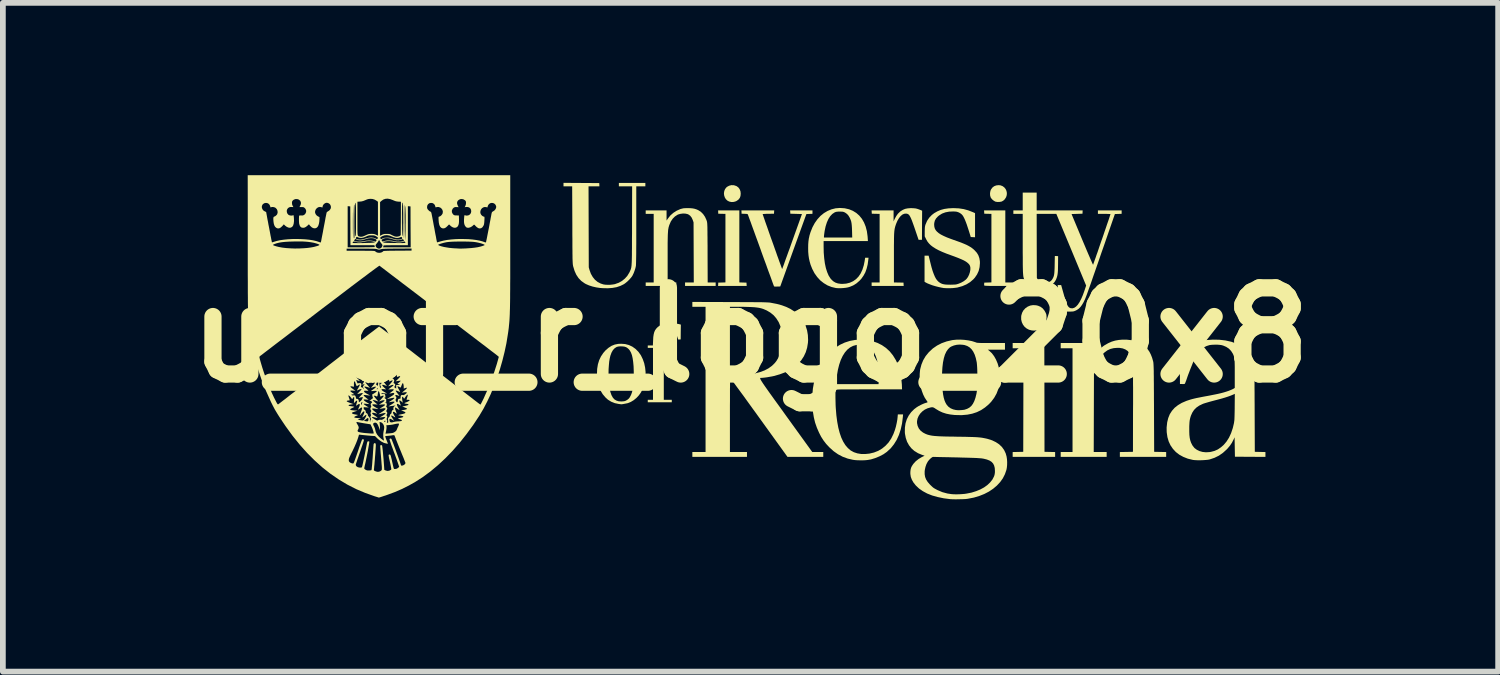
<source format=kicad_pcb>
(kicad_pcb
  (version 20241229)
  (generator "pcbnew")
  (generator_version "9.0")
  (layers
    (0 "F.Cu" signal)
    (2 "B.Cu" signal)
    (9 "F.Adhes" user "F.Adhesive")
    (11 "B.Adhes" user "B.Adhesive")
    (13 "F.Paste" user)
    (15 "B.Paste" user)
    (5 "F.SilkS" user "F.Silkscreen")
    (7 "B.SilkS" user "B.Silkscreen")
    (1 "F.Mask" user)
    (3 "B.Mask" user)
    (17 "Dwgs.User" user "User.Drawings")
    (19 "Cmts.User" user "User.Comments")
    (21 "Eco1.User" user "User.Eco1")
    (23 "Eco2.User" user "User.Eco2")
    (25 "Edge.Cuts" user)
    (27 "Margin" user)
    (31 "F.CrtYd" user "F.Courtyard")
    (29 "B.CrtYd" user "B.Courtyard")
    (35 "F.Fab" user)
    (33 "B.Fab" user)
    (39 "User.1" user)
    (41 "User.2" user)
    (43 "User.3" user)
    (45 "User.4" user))
  (footprint "u_of_r_logo_20x8"
    (layer "F.Cu")
    (at 10.014 2.782)
    (property "Reference" "u_of_r_logo_20x8" (at 0 0 0) (layer "F.SilkS") (effects (font (size 1.5 1.5) (thickness 0.3))))
    (attr board_only exclude_from_pos_files exclude_from_bom)
    (fp_poly (pts (xy -0.194 -1.543) (xy -0.194 -0.916) (xy -0.132 -0.914) (xy -0.07 -0.912) (xy -0.068 -0.883) (xy -0.066 -0.855) (xy -0.315 -0.855) (xy -0.564 -0.855) (xy -0.562 -0.883) (xy -0.561 -0.912) (xy -0.498 -0.914) (xy -0.436 -0.916) (xy -0.436 -1.512) (xy -0.436 -2.109) (xy -0.498 -2.11) (xy -0.561 -2.112) (xy -0.562 -2.141) (xy -0.564 -2.17) (xy -0.379 -2.17) (xy -0.194 -2.17)) (stroke (width 0) (type solid)) (fill yes) (layer "F.SilkS"))
    (fp_poly (pts (xy 5.117 1.086) (xy 5.118 2.033) (xy 5.211 2.035) (xy 5.303 2.037) (xy 5.303 2.079) (xy 5.303 2.121) (xy 4.933 2.121) (xy 4.564 2.121) (xy 4.564 2.079) (xy 4.564 2.037) (xy 4.656 2.035) (xy 4.748 2.033) (xy 4.75 1.132) (xy 4.752 0.23) (xy 4.658 0.23) (xy 4.564 0.23) (xy 4.564 0.185) (xy 4.564 0.139) (xy 4.839 0.139) (xy 5.115 0.139)) (stroke (width 0) (type solid)) (fill yes) (layer "F.SilkS"))
    (fp_poly (pts (xy -0.291 -2.608) (xy -0.283 -2.606) (xy -0.244 -2.593) (xy -0.212 -2.57) (xy -0.189 -2.539) (xy -0.174 -2.501) (xy -0.17 -2.461) (xy -0.174 -2.42) (xy -0.186 -2.387) (xy -0.208 -2.359) (xy -0.217 -2.351) (xy -0.251 -2.329) (xy -0.291 -2.317) (xy -0.332 -2.315) (xy -0.372 -2.324) (xy -0.405 -2.342) (xy -0.43 -2.367) (xy -0.448 -2.398) (xy -0.459 -2.434) (xy -0.462 -2.47) (xy -0.456 -2.507) (xy -0.442 -2.541) (xy -0.419 -2.57) (xy -0.407 -2.58) (xy -0.372 -2.599) (xy -0.333 -2.609)) (stroke (width 0) (type solid)) (fill yes) (layer "F.SilkS"))
    (fp_poly (pts (xy 4.351 -2.606) (xy 4.388 -2.592) (xy 4.418 -2.57) (xy 4.441 -2.542) (xy 4.456 -2.509) (xy 4.463 -2.473) (xy 4.461 -2.436) (xy 4.45 -2.4) (xy 4.429 -2.367) (xy 4.414 -2.35) (xy 4.395 -2.336) (xy 4.375 -2.325) (xy 4.366 -2.322) (xy 4.336 -2.317) (xy 4.303 -2.316) (xy 4.273 -2.32) (xy 4.261 -2.323) (xy 4.235 -2.338) (xy 4.209 -2.359) (xy 4.188 -2.384) (xy 4.181 -2.396) (xy 4.171 -2.432) (xy 4.17 -2.471) (xy 4.177 -2.51) (xy 4.187 -2.534) (xy 4.21 -2.566) (xy 4.241 -2.59) (xy 4.277 -2.604) (xy 4.317 -2.609)) (stroke (width 0) (type solid)) (fill yes) (layer "F.SilkS"))
    (fp_poly (pts (xy 4.436 -1.542) (xy 4.436 -0.915) (xy 4.5 -0.915) (xy 4.564 -0.915) (xy 4.564 -0.885) (xy 4.564 -0.855) (xy 4.318 -0.855) (xy 4.256 -0.855) (xy 4.204 -0.855) (xy 4.163 -0.855) (xy 4.131 -0.856) (xy 4.107 -0.857) (xy 4.089 -0.858) (xy 4.078 -0.859) (xy 4.072 -0.861) (xy 4.069 -0.863) (xy 4.069 -0.863) (xy 4.067 -0.875) (xy 4.068 -0.891) (xy 4.068 -0.892) (xy 4.07 -0.912) (xy 4.132 -0.914) (xy 4.194 -0.916) (xy 4.194 -1.512) (xy 4.194 -2.109) (xy 4.132 -2.11) (xy 4.07 -2.112) (xy 4.068 -2.141) (xy 4.066 -2.17) (xy 4.251 -2.17) (xy 4.436 -2.17)) (stroke (width 0) (type solid)) (fill yes) (layer "F.SilkS"))
    (fp_poly (pts (xy 4.971 -0.518) (xy 5.006 -0.51) (xy 5.05 -0.491) (xy 5.087 -0.463) (xy 5.117 -0.426) (xy 5.135 -0.394) (xy 5.145 -0.372) (xy 5.151 -0.353) (xy 5.153 -0.333) (xy 5.154 -0.306) (xy 5.154 -0.303) (xy 5.151 -0.254) (xy 5.141 -0.213) (xy 5.122 -0.176) (xy 5.112 -0.161) (xy 5.077 -0.126) (xy 5.036 -0.099) (xy 4.988 -0.083) (xy 4.937 -0.077) (xy 4.896 -0.08) (xy 4.849 -0.092) (xy 4.807 -0.114) (xy 4.771 -0.144) (xy 4.743 -0.181) (xy 4.723 -0.224) (xy 4.712 -0.271) (xy 4.712 -0.32) (xy 4.715 -0.343) (xy 4.729 -0.389) (xy 4.751 -0.429) (xy 4.783 -0.464) (xy 4.785 -0.466) (xy 4.825 -0.494) (xy 4.87 -0.513) (xy 4.919 -0.521)) (stroke (width 0) (type solid)) (fill yes) (layer "F.SilkS"))
    (fp_poly (pts (xy -1.341 -0.205) (xy -1.299 -0.201) (xy -1.259 -0.193) (xy -1.235 -0.188) (xy -1.212 -0.181) (xy -1.214 -0.053) (xy -1.215 0.076) (xy -1.236 0.078) (xy -1.258 0.079) (xy -1.279 0.017) (xy -1.298 -0.038) (xy -1.317 -0.082) (xy -1.335 -0.115) (xy -1.354 -0.139) (xy -1.372 -0.154) (xy -1.392 -0.161) (xy -1.426 -0.162) (xy -1.457 -0.152) (xy -1.481 -0.133) (xy -1.499 -0.105) (xy -1.503 -0.093) (xy -1.505 -0.08) (xy -1.506 -0.056) (xy -1.508 -0.025) (xy -1.509 0.012) (xy -1.509 0.052) (xy -1.509 0.056) (xy -1.509 0.182) (xy -1.394 0.182) (xy -1.279 0.182) (xy -1.279 0.203) (xy -1.279 0.224) (xy -1.394 0.224) (xy -1.509 0.224) (xy -1.509 0.676) (xy -1.509 1.127) (xy -1.439 1.127) (xy -1.37 1.127) (xy -1.37 1.148) (xy -1.37 1.17) (xy -1.579 1.17) (xy -1.788 1.17) (xy -1.788 1.148) (xy -1.788 1.127) (xy -1.742 1.127) (xy -1.697 1.127) (xy -1.697 0.676) (xy -1.697 0.224) (xy -1.742 0.224) (xy -1.788 0.224) (xy -1.788 0.203) (xy -1.788 0.182) (xy -1.743 0.182) (xy -1.699 0.182) (xy -1.695 0.092) (xy -1.692 0.035) (xy -1.685 -0.012) (xy -1.675 -0.051) (xy -1.66 -0.084) (xy -1.64 -0.112) (xy -1.615 -0.138) (xy -1.614 -0.139) (xy -1.577 -0.166) (xy -1.535 -0.185) (xy -1.486 -0.198) (xy -1.429 -0.205) (xy -1.39 -0.206)) (stroke (width 0) (type solid)) (fill yes) (layer "F.SilkS"))
    (fp_poly (pts (xy 2.841 -2.207) (xy 2.879 -2.203) (xy 2.915 -2.193) (xy 2.955 -2.178) (xy 2.96 -2.176) (xy 2.988 -2.164) (xy 2.986 -1.911) (xy 2.985 -1.658) (xy 2.955 -1.658) (xy 2.926 -1.658) (xy 2.867 -1.832) (xy 2.845 -1.896) (xy 2.826 -1.949) (xy 2.81 -1.993) (xy 2.795 -2.029) (xy 2.782 -2.056) (xy 2.77 -2.077) (xy 2.759 -2.092) (xy 2.747 -2.102) (xy 2.734 -2.109) (xy 2.721 -2.112) (xy 2.71 -2.114) (xy 2.677 -2.111) (xy 2.645 -2.097) (xy 2.614 -2.071) (xy 2.585 -2.035) (xy 2.558 -1.989) (xy 2.534 -1.933) (xy 2.529 -1.918) (xy 2.523 -1.9) (xy 2.518 -1.884) (xy 2.514 -1.867) (xy 2.51 -1.85) (xy 2.507 -1.83) (xy 2.504 -1.808) (xy 2.502 -1.782) (xy 2.5 -1.751) (xy 2.499 -1.715) (xy 2.498 -1.672) (xy 2.498 -1.622) (xy 2.497 -1.562) (xy 2.497 -1.494) (xy 2.497 -1.415) (xy 2.497 -1.345) (xy 2.497 -0.915) (xy 2.58 -0.914) (xy 2.664 -0.912) (xy 2.665 -0.883) (xy 2.667 -0.855) (xy 2.388 -0.855) (xy 2.109 -0.855) (xy 2.109 -0.885) (xy 2.109 -0.915) (xy 2.179 -0.915) (xy 2.248 -0.915) (xy 2.248 -1.512) (xy 2.248 -2.109) (xy 2.18 -2.11) (xy 2.112 -2.112) (xy 2.11 -2.141) (xy 2.108 -2.17) (xy 2.3 -2.17) (xy 2.491 -2.17) (xy 2.491 -2.074) (xy 2.491 -1.979) (xy 2.512 -2.024) (xy 2.539 -2.073) (xy 2.567 -2.112) (xy 2.6 -2.144) (xy 2.613 -2.155) (xy 2.652 -2.179) (xy 2.692 -2.196) (xy 2.737 -2.205) (xy 2.789 -2.209) (xy 2.797 -2.209)) (stroke (width 0) (type solid)) (fill yes) (layer "F.SilkS"))
    (fp_poly (pts (xy 0.411 -2.141) (xy 0.409 -2.112) (xy 0.311 -2.11) (xy 0.278 -2.11) (xy 0.249 -2.108) (xy 0.228 -2.107) (xy 0.215 -2.106) (xy 0.212 -2.105) (xy 0.214 -2.098) (xy 0.22 -2.081) (xy 0.229 -2.054) (xy 0.241 -2.02) (xy 0.255 -1.978) (xy 0.272 -1.93) (xy 0.291 -1.877) (xy 0.311 -1.819) (xy 0.332 -1.759) (xy 0.354 -1.696) (xy 0.377 -1.633) (xy 0.4 -1.569) (xy 0.422 -1.506) (xy 0.444 -1.445) (xy 0.464 -1.387) (xy 0.484 -1.333) (xy 0.501 -1.284) (xy 0.517 -1.241) (xy 0.53 -1.205) (xy 0.54 -1.177) (xy 0.547 -1.158) (xy 0.551 -1.15) (xy 0.551 -1.149) (xy 0.554 -1.155) (xy 0.56 -1.172) (xy 0.57 -1.198) (xy 0.583 -1.233) (xy 0.598 -1.277) (xy 0.616 -1.327) (xy 0.637 -1.384) (xy 0.659 -1.446) (xy 0.684 -1.513) (xy 0.709 -1.584) (xy 0.725 -1.629) (xy 0.896 -2.106) (xy 0.795 -2.109) (xy 0.694 -2.112) (xy 0.692 -2.141) (xy 0.69 -2.17) (xy 0.885 -2.17) (xy 1.079 -2.17) (xy 1.079 -2.14) (xy 1.079 -2.11) (xy 1.026 -2.108) (xy 0.973 -2.106) (xy 0.745 -1.476) (xy 0.518 -0.845) (xy 0.465 -0.844) (xy 0.442 -0.843) (xy 0.423 -0.844) (xy 0.411 -0.846) (xy 0.41 -0.847) (xy 0.408 -0.853) (xy 0.401 -0.87) (xy 0.391 -0.897) (xy 0.378 -0.933) (xy 0.362 -0.978) (xy 0.343 -1.03) (xy 0.321 -1.089) (xy 0.297 -1.154) (xy 0.272 -1.225) (xy 0.244 -1.3) (xy 0.215 -1.38) (xy 0.185 -1.463) (xy 0.183 -1.47) (xy 0.153 -1.553) (xy 0.124 -1.633) (xy 0.096 -1.709) (xy 0.07 -1.781) (xy 0.046 -1.847) (xy 0.024 -1.907) (xy 0.005 -1.961) (xy -0.012 -2.006) (xy -0.026 -2.044) (xy -0.036 -2.072) (xy -0.043 -2.09) (xy -0.045 -2.098) (xy -0.046 -2.098) (xy -0.05 -2.104) (xy -0.059 -2.107) (xy -0.075 -2.109) (xy -0.102 -2.11) (xy -0.102 -2.11) (xy -0.155 -2.112) (xy -0.156 -2.141) (xy -0.158 -2.17) (xy 0.127 -2.17) (xy 0.413 -2.17)) (stroke (width 0) (type solid)) (fill yes) (layer "F.SilkS"))
    (fp_poly (pts (xy -1.043 -2.208) (xy -1.004 -2.204) (xy -0.97 -2.197) (xy -0.937 -2.186) (xy -0.91 -2.174) (xy -0.864 -2.145) (xy -0.825 -2.106) (xy -0.792 -2.058) (xy -0.766 -2.001) (xy -0.759 -1.979) (xy -0.757 -1.972) (xy -0.756 -1.963) (xy -0.754 -1.952) (xy -0.753 -1.939) (xy -0.752 -1.922) (xy -0.751 -1.9) (xy -0.75 -1.873) (xy -0.75 -1.84) (xy -0.749 -1.8) (xy -0.749 -1.752) (xy -0.748 -1.696) (xy -0.748 -1.63) (xy -0.747 -1.554) (xy -0.747 -1.467) (xy -0.747 -1.429) (xy -0.745 -0.915) (xy -0.676 -0.915) (xy -0.606 -0.915) (xy -0.606 -0.885) (xy -0.606 -0.855) (xy -0.873 -0.855) (xy -1.139 -0.855) (xy -1.139 -0.885) (xy -1.139 -0.915) (xy -1.063 -0.915) (xy -0.987 -0.915) (xy -0.989 -1.438) (xy -0.991 -1.961) (xy -1.005 -2.002) (xy -1.024 -2.044) (xy -1.05 -2.077) (xy -1.081 -2.099) (xy -1.098 -2.106) (xy -1.136 -2.114) (xy -1.178 -2.115) (xy -1.222 -2.109) (xy -1.26 -2.098) (xy -1.269 -2.094) (xy -1.315 -2.064) (xy -1.354 -2.025) (xy -1.387 -1.976) (xy -1.41 -1.922) (xy -1.416 -1.906) (xy -1.421 -1.889) (xy -1.426 -1.872) (xy -1.429 -1.854) (xy -1.433 -1.833) (xy -1.435 -1.808) (xy -1.437 -1.779) (xy -1.439 -1.745) (xy -1.44 -1.704) (xy -1.441 -1.657) (xy -1.442 -1.601) (xy -1.442 -1.537) (xy -1.442 -1.462) (xy -1.442 -1.377) (xy -1.442 -1.341) (xy -1.442 -0.915) (xy -1.367 -0.915) (xy -1.291 -0.915) (xy -1.291 -0.885) (xy -1.291 -0.855) (xy -1.558 -0.855) (xy -1.824 -0.855) (xy -1.824 -0.885) (xy -1.824 -0.915) (xy -1.755 -0.915) (xy -1.685 -0.915) (xy -1.685 -1.512) (xy -1.685 -2.109) (xy -1.755 -2.109) (xy -1.824 -2.109) (xy -1.824 -2.139) (xy -1.824 -2.17) (xy -1.642 -2.17) (xy -1.461 -2.17) (xy -1.461 -2.081) (xy -1.461 -1.993) (xy -1.436 -2.029) (xy -1.394 -2.082) (xy -1.343 -2.127) (xy -1.285 -2.164) (xy -1.222 -2.192) (xy -1.212 -2.195) (xy -1.189 -2.201) (xy -1.167 -2.206) (xy -1.142 -2.208) (xy -1.11 -2.209) (xy -1.091 -2.209)) (stroke (width 0) (type solid)) (fill yes) (layer "F.SilkS"))
    (fp_poly (pts (xy -2.182 0.157) (xy -2.117 0.174) (xy -2.057 0.202) (xy -2.002 0.241) (xy -1.952 0.291) (xy -1.948 0.296) (xy -1.907 0.354) (xy -1.875 0.42) (xy -1.85 0.491) (xy -1.834 0.567) (xy -1.826 0.645) (xy -1.827 0.724) (xy -1.836 0.802) (xy -1.855 0.878) (xy -1.881 0.949) (xy -1.907 0.999) (xy -1.943 1.05) (xy -1.986 1.096) (xy -2.034 1.135) (xy -2.084 1.165) (xy -2.123 1.181) (xy -2.141 1.187) (xy -2.166 1.192) (xy -2.192 1.197) (xy -2.218 1.202) (xy -2.239 1.205) (xy -2.253 1.205) (xy -2.255 1.205) (xy -2.262 1.204) (xy -2.277 1.202) (xy -2.294 1.2) (xy -2.361 1.186) (xy -2.424 1.161) (xy -2.481 1.126) (xy -2.524 1.087) (xy -2.573 1.029) (xy -2.612 0.964) (xy -2.641 0.893) (xy -2.661 0.814) (xy -2.671 0.728) (xy -2.673 0.677) (xy -2.672 0.668) (xy -2.471 0.668) (xy -2.47 0.742) (xy -2.466 0.813) (xy -2.46 0.88) (xy -2.451 0.94) (xy -2.439 0.99) (xy -2.438 0.994) (xy -2.42 1.046) (xy -2.397 1.088) (xy -2.37 1.119) (xy -2.336 1.14) (xy -2.297 1.153) (xy -2.251 1.156) (xy -2.242 1.156) (xy -2.214 1.154) (xy -2.193 1.151) (xy -2.175 1.145) (xy -2.158 1.136) (xy -2.135 1.121) (xy -2.116 1.104) (xy -2.1 1.082) (xy -2.084 1.051) (xy -2.079 1.042) (xy -2.063 0.998) (xy -2.05 0.945) (xy -2.04 0.883) (xy -2.034 0.81) (xy -2.031 0.727) (xy -2.032 0.633) (xy -2.032 0.627) (xy -2.035 0.543) (xy -2.042 0.469) (xy -2.051 0.406) (xy -2.063 0.352) (xy -2.079 0.308) (xy -2.099 0.271) (xy -2.122 0.243) (xy -2.15 0.22) (xy -2.17 0.21) (xy -2.194 0.202) (xy -2.226 0.198) (xy -2.261 0.197) (xy -2.294 0.199) (xy -2.321 0.205) (xy -2.328 0.207) (xy -2.363 0.229) (xy -2.394 0.262) (xy -2.419 0.306) (xy -2.439 0.36) (xy -2.449 0.402) (xy -2.459 0.459) (xy -2.465 0.525) (xy -2.47 0.595) (xy -2.471 0.668) (xy -2.672 0.668) (xy -2.669 0.59) (xy -2.656 0.51) (xy -2.634 0.438) (xy -2.603 0.373) (xy -2.563 0.313) (xy -2.522 0.266) (xy -2.471 0.222) (xy -2.418 0.188) (xy -2.363 0.166) (xy -2.302 0.154) (xy -2.252 0.152)) (stroke (width 0) (type solid)) (fill yes) (layer "F.SilkS"))
    (fp_poly (pts (xy 6.553 0.081) (xy 6.633 0.09) (xy 6.707 0.108) (xy 6.773 0.134) (xy 6.832 0.169) (xy 6.876 0.206) (xy 6.913 0.246) (xy 6.944 0.29) (xy 6.969 0.339) (xy 6.991 0.395) (xy 7.01 0.461) (xy 7.01 0.464) (xy 7.012 0.471) (xy 7.013 0.479) (xy 7.014 0.49) (xy 7.015 0.503) (xy 7.016 0.519) (xy 7.017 0.54) (xy 7.018 0.565) (xy 7.019 0.595) (xy 7.02 0.631) (xy 7.02 0.674) (xy 7.021 0.725) (xy 7.021 0.783) (xy 7.022 0.849) (xy 7.022 0.925) (xy 7.023 1.011) (xy 7.023 1.107) (xy 7.024 1.214) (xy 7.024 1.27) (xy 7.027 2.033) (xy 7.132 2.035) (xy 7.236 2.037) (xy 7.236 2.079) (xy 7.236 2.121) (xy 6.833 2.121) (xy 6.43 2.121) (xy 6.43 2.079) (xy 6.43 2.037) (xy 6.544 2.035) (xy 6.658 2.033) (xy 6.659 1.321) (xy 6.66 1.203) (xy 6.66 1.095) (xy 6.66 0.999) (xy 6.66 0.913) (xy 6.659 0.836) (xy 6.659 0.768) (xy 6.659 0.709) (xy 6.658 0.657) (xy 6.657 0.611) (xy 6.656 0.572) (xy 6.654 0.539) (xy 6.653 0.51) (xy 6.651 0.486) (xy 6.649 0.465) (xy 6.646 0.448) (xy 6.643 0.432) (xy 6.64 0.419) (xy 6.639 0.415) (xy 6.621 0.359) (xy 6.596 0.313) (xy 6.565 0.277) (xy 6.526 0.251) (xy 6.48 0.233) (xy 6.426 0.224) (xy 6.388 0.223) (xy 6.324 0.228) (xy 6.266 0.242) (xy 6.212 0.267) (xy 6.163 0.303) (xy 6.128 0.337) (xy 6.089 0.383) (xy 6.057 0.434) (xy 6.03 0.492) (xy 6.008 0.558) (xy 5.993 0.615) (xy 5.979 0.676) (xy 5.977 1.356) (xy 5.975 2.036) (xy 6.088 2.036) (xy 6.2 2.036) (xy 6.2 2.079) (xy 6.2 2.121) (xy 5.8 2.121) (xy 5.4 2.121) (xy 5.4 2.079) (xy 5.4 2.036) (xy 5.503 2.036) (xy 5.606 2.036) (xy 5.606 1.133) (xy 5.606 0.23) (xy 5.503 0.23) (xy 5.4 0.23) (xy 5.4 0.185) (xy 5.4 0.139) (xy 5.673 0.139) (xy 5.945 0.139) (xy 5.947 0.273) (xy 5.948 0.407) (xy 5.973 0.369) (xy 6.026 0.298) (xy 6.086 0.237) (xy 6.154 0.184) (xy 6.227 0.142) (xy 6.288 0.115) (xy 6.348 0.097) (xy 6.41 0.086) (xy 6.467 0.081)) (stroke (width 0) (type solid)) (fill yes) (layer "F.SilkS"))
    (fp_poly (pts (xy -2.944 -2.647) (xy -2.633 -2.645) (xy -2.631 -2.617) (xy -2.63 -2.588) (xy -2.724 -2.588) (xy -2.819 -2.588) (xy -2.817 -1.883) (xy -2.815 -1.179) (xy -2.802 -1.132) (xy -2.778 -1.066) (xy -2.746 -1.01) (xy -2.708 -0.963) (xy -2.662 -0.925) (xy -2.609 -0.897) (xy -2.56 -0.881) (xy -2.525 -0.876) (xy -2.483 -0.874) (xy -2.437 -0.875) (xy -2.394 -0.88) (xy -2.355 -0.887) (xy -2.355 -0.888) (xy -2.293 -0.91) (xy -2.236 -0.942) (xy -2.186 -0.983) (xy -2.144 -1.03) (xy -2.111 -1.084) (xy -2.11 -1.085) (xy -2.103 -1.1) (xy -2.097 -1.112) (xy -2.092 -1.124) (xy -2.087 -1.136) (xy -2.082 -1.148) (xy -2.079 -1.161) (xy -2.075 -1.176) (xy -2.073 -1.194) (xy -2.07 -1.215) (xy -2.069 -1.24) (xy -2.067 -1.27) (xy -2.066 -1.305) (xy -2.065 -1.347) (xy -2.064 -1.395) (xy -2.064 -1.451) (xy -2.063 -1.516) (xy -2.063 -1.589) (xy -2.063 -1.673) (xy -2.062 -1.767) (xy -2.062 -1.872) (xy -2.062 -1.902) (xy -2.06 -2.588) (xy -2.176 -2.588) (xy -2.291 -2.588) (xy -2.291 -2.618) (xy -2.291 -2.648) (xy -2.061 -2.648) (xy -1.83 -2.648) (xy -1.83 -2.618) (xy -1.83 -2.588) (xy -1.909 -2.588) (xy -1.988 -2.588) (xy -1.988 -1.917) (xy -1.988 -1.797) (xy -1.988 -1.688) (xy -1.988 -1.59) (xy -1.989 -1.502) (xy -1.989 -1.425) (xy -1.99 -1.359) (xy -1.991 -1.305) (xy -1.992 -1.262) (xy -1.993 -1.231) (xy -1.994 -1.211) (xy -1.994 -1.206) (xy -2.003 -1.165) (xy -2.017 -1.121) (xy -2.033 -1.078) (xy -2.051 -1.041) (xy -2.055 -1.032) (xy -2.079 -0.999) (xy -2.11 -0.964) (xy -2.145 -0.93) (xy -2.181 -0.901) (xy -2.204 -0.885) (xy -2.265 -0.855) (xy -2.331 -0.833) (xy -2.403 -0.82) (xy -2.483 -0.814) (xy -2.571 -0.816) (xy -2.616 -0.819) (xy -2.683 -0.829) (xy -2.749 -0.844) (xy -2.811 -0.864) (xy -2.866 -0.888) (xy -2.89 -0.902) (xy -2.946 -0.942) (xy -2.993 -0.991) (xy -3.032 -1.049) (xy -3.062 -1.115) (xy -3.085 -1.191) (xy -3.087 -1.197) (xy -3.089 -1.206) (xy -3.09 -1.215) (xy -3.092 -1.224) (xy -3.093 -1.236) (xy -3.094 -1.249) (xy -3.095 -1.266) (xy -3.096 -1.287) (xy -3.097 -1.312) (xy -3.098 -1.342) (xy -3.098 -1.378) (xy -3.099 -1.42) (xy -3.099 -1.47) (xy -3.1 -1.528) (xy -3.1 -1.595) (xy -3.1 -1.671) (xy -3.101 -1.758) (xy -3.101 -1.855) (xy -3.101 -1.92) (xy -3.104 -2.588) (xy -3.179 -2.588) (xy -3.255 -2.588) (xy -3.255 -2.618) (xy -3.255 -2.649)) (stroke (width 0) (type solid)) (fill yes) (layer "F.SilkS"))
    (fp_poly (pts (xy 1.633 -2.207) (xy 1.642 -2.206) (xy 1.716 -2.189) (xy 1.782 -2.162) (xy 1.842 -2.125) (xy 1.894 -2.079) (xy 1.939 -2.024) (xy 1.976 -1.96) (xy 2.005 -1.888) (xy 2.026 -1.808) (xy 2.038 -1.721) (xy 2.04 -1.698) (xy 2.044 -1.636) (xy 1.658 -1.636) (xy 1.273 -1.636) (xy 1.273 -1.544) (xy 1.275 -1.436) (xy 1.283 -1.337) (xy 1.295 -1.247) (xy 1.312 -1.167) (xy 1.334 -1.097) (xy 1.36 -1.036) (xy 1.391 -0.987) (xy 1.404 -0.971) (xy 1.439 -0.937) (xy 1.478 -0.913) (xy 1.522 -0.898) (xy 1.573 -0.891) (xy 1.598 -0.89) (xy 1.667 -0.895) (xy 1.73 -0.911) (xy 1.787 -0.937) (xy 1.838 -0.973) (xy 1.882 -1.019) (xy 1.919 -1.074) (xy 1.949 -1.139) (xy 1.972 -1.213) (xy 1.986 -1.281) (xy 1.996 -1.345) (xy 2.025 -1.345) (xy 2.055 -1.345) (xy 2.051 -1.311) (xy 2.04 -1.228) (xy 2.022 -1.156) (xy 1.999 -1.091) (xy 1.968 -1.034) (xy 1.931 -0.981) (xy 1.898 -0.945) (xy 1.845 -0.899) (xy 1.789 -0.864) (xy 1.729 -0.839) (xy 1.699 -0.83) (xy 1.662 -0.823) (xy 1.618 -0.818) (xy 1.572 -0.815) (xy 1.528 -0.815) (xy 1.491 -0.818) (xy 1.488 -0.818) (xy 1.412 -0.836) (xy 1.341 -0.864) (xy 1.276 -0.903) (xy 1.215 -0.951) (xy 1.162 -1.009) (xy 1.114 -1.076) (xy 1.075 -1.151) (xy 1.046 -1.224) (xy 1.03 -1.28) (xy 1.018 -1.333) (xy 1.01 -1.388) (xy 1.005 -1.447) (xy 1.004 -1.512) (xy 1.005 -1.576) (xy 1.009 -1.631) (xy 1.016 -1.682) (xy 1.02 -1.697) (xy 1.279 -1.697) (xy 1.525 -1.697) (xy 1.771 -1.697) (xy 1.768 -1.814) (xy 1.766 -1.867) (xy 1.763 -1.911) (xy 1.759 -1.946) (xy 1.753 -1.977) (xy 1.744 -2.004) (xy 1.733 -2.03) (xy 1.729 -2.039) (xy 1.707 -2.077) (xy 1.682 -2.106) (xy 1.653 -2.127) (xy 1.647 -2.131) (xy 1.631 -2.139) (xy 1.617 -2.144) (xy 1.602 -2.147) (xy 1.581 -2.148) (xy 1.555 -2.148) (xy 1.524 -2.148) (xy 1.503 -2.146) (xy 1.486 -2.143) (xy 1.471 -2.137) (xy 1.464 -2.134) (xy 1.424 -2.107) (xy 1.388 -2.069) (xy 1.357 -2.021) (xy 1.33 -1.961) (xy 1.308 -1.892) (xy 1.291 -1.812) (xy 1.288 -1.791) (xy 1.284 -1.763) (xy 1.281 -1.738) (xy 1.279 -1.72) (xy 1.279 -1.714) (xy 1.279 -1.697) (xy 1.02 -1.697) (xy 1.027 -1.732) (xy 1.043 -1.784) (xy 1.046 -1.793) (xy 1.079 -1.876) (xy 1.119 -1.95) (xy 1.166 -2.016) (xy 1.219 -2.074) (xy 1.278 -2.122) (xy 1.342 -2.16) (xy 1.41 -2.188) (xy 1.482 -2.206) (xy 1.556 -2.212)) (stroke (width 0) (type solid)) (fill yes) (layer "F.SilkS"))
    (fp_poly (pts (xy 3.627 -2.205) (xy 3.712 -2.192) (xy 3.792 -2.17) (xy 3.871 -2.139) (xy 3.909 -2.122) (xy 3.909 -1.912) (xy 3.909 -1.702) (xy 3.872 -1.704) (xy 3.834 -1.706) (xy 3.827 -1.73) (xy 3.804 -1.805) (xy 3.783 -1.869) (xy 3.765 -1.924) (xy 3.748 -1.969) (xy 3.733 -2.007) (xy 3.719 -2.037) (xy 3.706 -2.062) (xy 3.693 -2.082) (xy 3.685 -2.092) (xy 3.669 -2.107) (xy 3.647 -2.123) (xy 3.632 -2.131) (xy 3.614 -2.139) (xy 3.598 -2.144) (xy 3.58 -2.148) (xy 3.555 -2.15) (xy 3.53 -2.151) (xy 3.459 -2.148) (xy 3.394 -2.136) (xy 3.335 -2.114) (xy 3.284 -2.082) (xy 3.263 -2.065) (xy 3.23 -2.029) (xy 3.209 -1.992) (xy 3.199 -1.95) (xy 3.197 -1.921) (xy 3.2 -1.887) (xy 3.208 -1.856) (xy 3.223 -1.827) (xy 3.245 -1.801) (xy 3.275 -1.775) (xy 3.313 -1.75) (xy 3.36 -1.726) (xy 3.418 -1.7) (xy 3.486 -1.674) (xy 3.533 -1.657) (xy 3.604 -1.632) (xy 3.665 -1.61) (xy 3.716 -1.589) (xy 3.76 -1.57) (xy 3.797 -1.551) (xy 3.829 -1.532) (xy 3.857 -1.513) (xy 3.883 -1.492) (xy 3.903 -1.473) (xy 3.941 -1.431) (xy 3.967 -1.387) (xy 3.984 -1.339) (xy 3.993 -1.285) (xy 3.994 -1.251) (xy 3.988 -1.181) (xy 3.972 -1.115) (xy 3.944 -1.055) (xy 3.906 -0.999) (xy 3.879 -0.969) (xy 3.823 -0.921) (xy 3.76 -0.882) (xy 3.688 -0.851) (xy 3.609 -0.829) (xy 3.603 -0.827) (xy 3.565 -0.822) (xy 3.52 -0.817) (xy 3.472 -0.815) (xy 3.424 -0.815) (xy 3.382 -0.817) (xy 3.364 -0.818) (xy 3.319 -0.826) (xy 3.27 -0.837) (xy 3.219 -0.85) (xy 3.169 -0.865) (xy 3.123 -0.882) (xy 3.083 -0.898) (xy 3.052 -0.914) (xy 3.05 -0.915) (xy 3.03 -0.927) (xy 3.03 -1.154) (xy 3.03 -1.382) (xy 3.066 -1.382) (xy 3.101 -1.382) (xy 3.133 -1.253) (xy 3.152 -1.178) (xy 3.171 -1.114) (xy 3.191 -1.06) (xy 3.21 -1.015) (xy 3.23 -0.978) (xy 3.252 -0.949) (xy 3.275 -0.926) (xy 3.287 -0.917) (xy 3.311 -0.902) (xy 3.335 -0.891) (xy 3.362 -0.884) (xy 3.393 -0.879) (xy 3.432 -0.877) (xy 3.479 -0.876) (xy 3.516 -0.877) (xy 3.544 -0.878) (xy 3.566 -0.879) (xy 3.585 -0.882) (xy 3.603 -0.887) (xy 3.622 -0.893) (xy 3.668 -0.912) (xy 3.711 -0.936) (xy 3.747 -0.963) (xy 3.763 -0.979) (xy 3.786 -1.011) (xy 3.805 -1.05) (xy 3.819 -1.092) (xy 3.827 -1.133) (xy 3.828 -1.171) (xy 3.824 -1.193) (xy 3.816 -1.215) (xy 3.801 -1.236) (xy 3.78 -1.256) (xy 3.752 -1.277) (xy 3.716 -1.298) (xy 3.67 -1.319) (xy 3.615 -1.342) (xy 3.55 -1.367) (xy 3.5 -1.385) (xy 3.415 -1.416) (xy 3.341 -1.446) (xy 3.277 -1.475) (xy 3.223 -1.504) (xy 3.177 -1.533) (xy 3.138 -1.563) (xy 3.106 -1.595) (xy 3.08 -1.628) (xy 3.059 -1.665) (xy 3.056 -1.671) (xy 3.033 -1.718) (xy 3.033 -1.8) (xy 3.034 -1.836) (xy 3.035 -1.863) (xy 3.037 -1.885) (xy 3.041 -1.904) (xy 3.047 -1.925) (xy 3.048 -1.926) (xy 3.074 -1.987) (xy 3.111 -2.042) (xy 3.157 -2.09) (xy 3.197 -2.121) (xy 3.253 -2.153) (xy 3.312 -2.178) (xy 3.376 -2.195) (xy 3.446 -2.205) (xy 3.525 -2.209) (xy 3.536 -2.209)) (stroke (width 0) (type solid)) (fill yes) (layer "F.SilkS"))
    (fp_poly (pts (xy 2.006 0.084) (xy 2.035 0.088) (xy 2.126 0.107) (xy 2.21 0.137) (xy 2.288 0.176) (xy 2.359 0.225) (xy 2.423 0.284) (xy 2.479 0.353) (xy 2.527 0.431) (xy 2.539 0.454) (xy 2.568 0.521) (xy 2.593 0.597) (xy 2.612 0.679) (xy 2.626 0.764) (xy 2.634 0.849) (xy 2.635 0.859) (xy 2.638 0.945) (xy 2.062 0.945) (xy 1.965 0.945) (xy 1.88 0.946) (xy 1.805 0.946) (xy 1.74 0.946) (xy 1.684 0.946) (xy 1.637 0.946) (xy 1.598 0.947) (xy 1.566 0.947) (xy 1.54 0.948) (xy 1.52 0.949) (xy 1.506 0.95) (xy 1.495 0.951) (xy 1.488 0.952) (xy 1.484 0.953) (xy 1.483 0.955) (xy 1.482 0.955) (xy 1.481 0.966) (xy 1.48 0.986) (xy 1.479 1.015) (xy 1.479 1.051) (xy 1.479 1.091) (xy 1.48 1.134) (xy 1.481 1.177) (xy 1.482 1.22) (xy 1.484 1.259) (xy 1.485 1.273) (xy 1.495 1.397) (xy 1.51 1.511) (xy 1.529 1.613) (xy 1.553 1.705) (xy 1.581 1.786) (xy 1.614 1.856) (xy 1.652 1.917) (xy 1.695 1.967) (xy 1.742 2.008) (xy 1.747 2.011) (xy 1.8 2.04) (xy 1.861 2.06) (xy 1.928 2.071) (xy 2.001 2.071) (xy 2.071 2.064) (xy 2.15 2.045) (xy 2.224 2.016) (xy 2.29 1.977) (xy 2.35 1.928) (xy 2.404 1.87) (xy 2.45 1.801) (xy 2.488 1.724) (xy 2.514 1.654) (xy 2.531 1.596) (xy 2.545 1.534) (xy 2.556 1.474) (xy 2.561 1.429) (xy 2.565 1.382) (xy 2.611 1.382) (xy 2.656 1.382) (xy 2.652 1.429) (xy 2.638 1.541) (xy 2.615 1.644) (xy 2.584 1.739) (xy 2.545 1.825) (xy 2.497 1.902) (xy 2.442 1.971) (xy 2.377 2.031) (xy 2.374 2.034) (xy 2.314 2.076) (xy 2.245 2.112) (xy 2.172 2.142) (xy 2.097 2.165) (xy 2.04 2.175) (xy 2.003 2.179) (xy 1.959 2.181) (xy 1.911 2.181) (xy 1.863 2.18) (xy 1.82 2.177) (xy 1.784 2.172) (xy 1.693 2.151) (xy 1.606 2.119) (xy 1.524 2.076) (xy 1.447 2.022) (xy 1.374 1.956) (xy 1.373 1.955) (xy 1.318 1.896) (xy 1.271 1.835) (xy 1.23 1.771) (xy 1.194 1.701) (xy 1.156 1.614) (xy 1.125 1.525) (xy 1.103 1.434) (xy 1.087 1.337) (xy 1.077 1.233) (xy 1.075 1.179) (xy 1.076 1.054) (xy 1.086 0.935) (xy 1.1 0.855) (xy 1.487 0.855) (xy 1.858 0.855) (xy 2.23 0.855) (xy 2.23 0.733) (xy 2.23 0.665) (xy 2.227 0.607) (xy 2.224 0.556) (xy 2.218 0.51) (xy 2.21 0.467) (xy 2.203 0.437) (xy 2.181 0.368) (xy 2.153 0.309) (xy 2.119 0.26) (xy 2.08 0.222) (xy 2.034 0.194) (xy 1.981 0.176) (xy 1.922 0.168) (xy 1.906 0.168) (xy 1.844 0.173) (xy 1.786 0.189) (xy 1.734 0.216) (xy 1.686 0.254) (xy 1.643 0.304) (xy 1.605 0.364) (xy 1.572 0.434) (xy 1.544 0.516) (xy 1.521 0.608) (xy 1.503 0.709) (xy 1.499 0.743) (xy 1.495 0.775) (xy 1.491 0.802) (xy 1.489 0.821) (xy 1.489 0.823) (xy 1.487 0.855) (xy 1.1 0.855) (xy 1.107 0.82) (xy 1.136 0.711) (xy 1.175 0.608) (xy 1.223 0.512) (xy 1.279 0.423) (xy 1.344 0.342) (xy 1.418 0.269) (xy 1.483 0.217) (xy 1.559 0.169) (xy 1.641 0.131) (xy 1.728 0.103) (xy 1.818 0.086) (xy 1.911 0.08)) (stroke (width 0) (type solid)) (fill yes) (layer "F.SilkS"))
    (fp_poly (pts (xy -0.359 -0.574) (xy -0.255 -0.574) (xy -0.162 -0.573) (xy -0.079 -0.573) (xy -0.007 -0.573) (xy 0.056 -0.572) (xy 0.111 -0.572) (xy 0.158 -0.571) (xy 0.199 -0.571) (xy 0.233 -0.57) (xy 0.261 -0.569) (xy 0.285 -0.568) (xy 0.304 -0.567) (xy 0.321 -0.566) (xy 0.335 -0.565) (xy 0.347 -0.563) (xy 0.358 -0.561) (xy 0.456 -0.542) (xy 0.545 -0.518) (xy 0.624 -0.489) (xy 0.694 -0.455) (xy 0.758 -0.414) (xy 0.816 -0.368) (xy 0.824 -0.36) (xy 0.879 -0.3) (xy 0.924 -0.233) (xy 0.96 -0.16) (xy 0.985 -0.082) (xy 0.999 0.000111) (xy 1.003 0.086) (xy 1 0.136) (xy 0.986 0.221) (xy 0.962 0.3) (xy 0.927 0.374) (xy 0.882 0.442) (xy 0.827 0.503) (xy 0.762 0.558) (xy 0.688 0.607) (xy 0.604 0.649) (xy 0.51 0.684) (xy 0.408 0.713) (xy 0.296 0.734) (xy 0.284 0.736) (xy 0.255 0.74) (xy 0.227 0.743) (xy 0.205 0.745) (xy 0.196 0.746) (xy 0.189 0.746) (xy 0.182 0.746) (xy 0.176 0.746) (xy 0.172 0.747) (xy 0.169 0.75) (xy 0.168 0.754) (xy 0.17 0.761) (xy 0.174 0.771) (xy 0.181 0.784) (xy 0.191 0.801) (xy 0.205 0.823) (xy 0.222 0.849) (xy 0.244 0.881) (xy 0.27 0.918) (xy 0.301 0.962) (xy 0.337 1.013) (xy 0.379 1.071) (xy 0.426 1.137) (xy 0.48 1.211) (xy 0.54 1.294) (xy 0.606 1.386) (xy 0.613 1.396) (xy 1.075 2.036) (xy 1.171 2.036) (xy 1.267 2.036) (xy 1.267 2.079) (xy 1.267 2.121) (xy 0.955 2.121) (xy 0.644 2.121) (xy 0.151 1.437) (xy 0.092 1.355) (xy 0.035 1.277) (xy -0.019 1.202) (xy -0.071 1.13) (xy -0.119 1.063) (xy -0.165 1.001) (xy -0.206 0.945) (xy -0.243 0.895) (xy -0.275 0.851) (xy -0.302 0.815) (xy -0.323 0.786) (xy -0.339 0.766) (xy -0.348 0.754) (xy -0.35 0.752) (xy -0.351 0.754) (xy -0.352 0.761) (xy -0.353 0.773) (xy -0.354 0.792) (xy -0.355 0.817) (xy -0.356 0.849) (xy -0.356 0.889) (xy -0.357 0.937) (xy -0.357 0.994) (xy -0.357 1.06) (xy -0.357 1.136) (xy -0.358 1.223) (xy -0.358 1.321) (xy -0.358 1.394) (xy -0.358 2.036) (xy -0.209 2.036) (xy -0.061 2.036) (xy -0.061 2.079) (xy -0.061 2.121) (xy -0.536 2.121) (xy -1.012 2.121) (xy -1.012 2.079) (xy -1.012 2.036) (xy -0.897 2.036) (xy -0.782 2.036) (xy -0.782 0.773) (xy -0.782 -0.491) (xy -0.358 -0.491) (xy -0.358 0.098) (xy -0.358 0.686) (xy -0.168 0.683) (xy -0.112 0.682) (xy -0.065 0.681) (xy -0.028 0.68) (xy 0.002 0.678) (xy 0.028 0.676) (xy 0.049 0.673) (xy 0.068 0.67) (xy 0.079 0.668) (xy 0.167 0.645) (xy 0.245 0.616) (xy 0.313 0.58) (xy 0.373 0.537) (xy 0.424 0.487) (xy 0.452 0.451) (xy 0.489 0.389) (xy 0.519 0.32) (xy 0.54 0.245) (xy 0.553 0.166) (xy 0.557 0.086) (xy 0.554 0.005) (xy 0.542 -0.074) (xy 0.522 -0.15) (xy 0.493 -0.22) (xy 0.487 -0.231) (xy 0.448 -0.292) (xy 0.401 -0.346) (xy 0.345 -0.391) (xy 0.282 -0.428) (xy 0.25 -0.442) (xy 0.219 -0.455) (xy 0.186 -0.465) (xy 0.151 -0.473) (xy 0.111 -0.479) (xy 0.066 -0.484) (xy 0.015 -0.487) (xy -0.045 -0.489) (xy -0.114 -0.491) (xy -0.18 -0.491) (xy -0.358 -0.491) (xy -0.782 -0.491) (xy -0.897 -0.491) (xy -1.012 -0.491) (xy -1.012 -0.534) (xy -1.012 -0.576)) (stroke (width 0) (type solid)) (fill yes) (layer "F.SilkS"))
    (fp_poly (pts (xy 4.982 -2.324) (xy 4.982 -2.17) (xy 5.382 -2.17) (xy 5.782 -2.17) (xy 5.781 -2.141) (xy 5.779 -2.112) (xy 5.684 -2.109) (xy 5.589 -2.106) (xy 5.774 -1.662) (xy 5.803 -1.593) (xy 5.831 -1.527) (xy 5.857 -1.465) (xy 5.881 -1.409) (xy 5.903 -1.358) (xy 5.922 -1.314) (xy 5.938 -1.278) (xy 5.95 -1.25) (xy 5.959 -1.232) (xy 5.963 -1.223) (xy 5.964 -1.223) (xy 5.966 -1.229) (xy 5.972 -1.246) (xy 5.981 -1.272) (xy 5.993 -1.306) (xy 6.008 -1.347) (xy 6.024 -1.395) (xy 6.043 -1.447) (xy 6.062 -1.504) (xy 6.082 -1.563) (xy 6.103 -1.624) (xy 6.125 -1.686) (xy 6.146 -1.747) (xy 6.166 -1.807) (xy 6.186 -1.864) (xy 6.204 -1.918) (xy 6.221 -1.967) (xy 6.236 -2.01) (xy 6.248 -2.047) (xy 6.257 -2.075) (xy 6.264 -2.095) (xy 6.267 -2.104) (xy 6.267 -2.105) (xy 6.261 -2.106) (xy 6.245 -2.107) (xy 6.221 -2.108) (xy 6.19 -2.109) (xy 6.158 -2.109) (xy 6.048 -2.109) (xy 6.048 -2.139) (xy 6.048 -2.17) (xy 6.255 -2.17) (xy 6.461 -2.17) (xy 6.461 -2.14) (xy 6.461 -2.11) (xy 6.402 -2.108) (xy 6.343 -2.106) (xy 6.193 -1.673) (xy 6.166 -1.594) (xy 6.137 -1.511) (xy 6.107 -1.426) (xy 6.078 -1.341) (xy 6.049 -1.257) (xy 6.021 -1.177) (xy 5.995 -1.102) (xy 5.971 -1.034) (xy 5.951 -0.976) (xy 5.945 -0.958) (xy 5.925 -0.9) (xy 5.905 -0.844) (xy 5.886 -0.792) (xy 5.869 -0.744) (xy 5.854 -0.702) (xy 5.841 -0.668) (xy 5.831 -0.643) (xy 5.825 -0.627) (xy 5.798 -0.571) (xy 5.771 -0.525) (xy 5.744 -0.488) (xy 5.715 -0.459) (xy 5.683 -0.437) (xy 5.668 -0.429) (xy 5.65 -0.421) (xy 5.635 -0.415) (xy 5.619 -0.411) (xy 5.599 -0.409) (xy 5.572 -0.408) (xy 5.555 -0.408) (xy 5.517 -0.408) (xy 5.487 -0.409) (xy 5.461 -0.412) (xy 5.441 -0.417) (xy 5.415 -0.426) (xy 5.39 -0.437) (xy 5.374 -0.446) (xy 5.348 -0.464) (xy 5.348 -0.667) (xy 5.348 -0.87) (xy 5.378 -0.87) (xy 5.408 -0.87) (xy 5.449 -0.724) (xy 5.466 -0.662) (xy 5.482 -0.611) (xy 5.496 -0.569) (xy 5.509 -0.537) (xy 5.521 -0.512) (xy 5.534 -0.493) (xy 5.547 -0.48) (xy 5.562 -0.472) (xy 5.574 -0.467) (xy 5.605 -0.465) (xy 5.636 -0.474) (xy 5.667 -0.495) (xy 5.698 -0.528) (xy 5.728 -0.573) (xy 5.757 -0.629) (xy 5.786 -0.696) (xy 5.813 -0.771) (xy 5.843 -0.861) (xy 5.584 -1.485) (xy 5.324 -2.109) (xy 5.153 -2.109) (xy 4.982 -2.109) (xy 4.983 -1.553) (xy 4.985 -0.997) (xy 4.998 -0.969) (xy 5.014 -0.945) (xy 5.033 -0.929) (xy 5.058 -0.918) (xy 5.092 -0.913) (xy 5.121 -0.912) (xy 5.165 -0.915) (xy 5.2 -0.924) (xy 5.227 -0.939) (xy 5.249 -0.963) (xy 5.262 -0.985) (xy 5.271 -1.003) (xy 5.278 -1.021) (xy 5.283 -1.04) (xy 5.287 -1.062) (xy 5.29 -1.089) (xy 5.292 -1.123) (xy 5.294 -1.165) (xy 5.295 -1.217) (xy 5.295 -1.223) (xy 5.298 -1.376) (xy 5.326 -1.375) (xy 5.355 -1.373) (xy 5.354 -1.23) (xy 5.353 -1.172) (xy 5.352 -1.125) (xy 5.349 -1.085) (xy 5.345 -1.052) (xy 5.339 -1.024) (xy 5.331 -0.998) (xy 5.321 -0.972) (xy 5.316 -0.96) (xy 5.293 -0.923) (xy 5.264 -0.889) (xy 5.231 -0.861) (xy 5.211 -0.849) (xy 5.158 -0.829) (xy 5.099 -0.818) (xy 5.037 -0.813) (xy 4.975 -0.817) (xy 4.917 -0.829) (xy 4.894 -0.837) (xy 4.86 -0.854) (xy 4.827 -0.881) (xy 4.798 -0.912) (xy 4.776 -0.945) (xy 4.776 -0.945) (xy 4.77 -0.958) (xy 4.764 -0.969) (xy 4.76 -0.981) (xy 4.756 -0.994) (xy 4.752 -1.008) (xy 4.749 -1.026) (xy 4.747 -1.046) (xy 4.745 -1.071) (xy 4.743 -1.101) (xy 4.742 -1.137) (xy 4.741 -1.179) (xy 4.74 -1.229) (xy 4.74 -1.288) (xy 4.74 -1.355) (xy 4.739 -1.432) (xy 4.739 -1.52) (xy 4.739 -1.591) (xy 4.739 -2.109) (xy 4.658 -2.109) (xy 4.576 -2.109) (xy 4.576 -2.139) (xy 4.576 -2.17) (xy 4.658 -2.17) (xy 4.739 -2.17) (xy 4.739 -2.324) (xy 4.739 -2.479) (xy 4.861 -2.479) (xy 4.982 -2.479)) (stroke (width 0) (type solid)) (fill yes) (layer "F.SilkS"))
    (fp_poly (pts (xy 8.159 0.082) (xy 8.266 0.094) (xy 8.369 0.117) (xy 8.373 0.118) (xy 8.456 0.148) (xy 8.531 0.185) (xy 8.597 0.23) (xy 8.654 0.282) (xy 8.702 0.341) (xy 8.739 0.406) (xy 8.761 0.461) (xy 8.763 0.466) (xy 8.765 0.472) (xy 8.766 0.48) (xy 8.767 0.489) (xy 8.768 0.502) (xy 8.769 0.518) (xy 8.77 0.538) (xy 8.771 0.562) (xy 8.771 0.592) (xy 8.772 0.628) (xy 8.773 0.671) (xy 8.773 0.721) (xy 8.773 0.779) (xy 8.774 0.845) (xy 8.774 0.921) (xy 8.775 1.007) (xy 8.775 1.103) (xy 8.776 1.21) (xy 8.776 1.264) (xy 8.779 2.033) (xy 8.871 2.035) (xy 8.964 2.037) (xy 8.964 2.079) (xy 8.964 2.121) (xy 8.698 2.12) (xy 8.433 2.118) (xy 8.43 1.949) (xy 8.427 1.78) (xy 8.408 1.822) (xy 8.38 1.876) (xy 8.347 1.925) (xy 8.306 1.974) (xy 8.29 1.991) (xy 8.225 2.05) (xy 8.155 2.099) (xy 8.078 2.137) (xy 7.995 2.165) (xy 7.965 2.171) (xy 7.926 2.175) (xy 7.881 2.178) (xy 7.834 2.18) (xy 7.787 2.18) (xy 7.744 2.178) (xy 7.709 2.175) (xy 7.698 2.173) (xy 7.612 2.152) (xy 7.534 2.121) (xy 7.465 2.083) (xy 7.405 2.037) (xy 7.354 1.982) (xy 7.312 1.921) (xy 7.28 1.853) (xy 7.258 1.778) (xy 7.246 1.696) (xy 7.245 1.679) (xy 7.638 1.679) (xy 7.64 1.739) (xy 7.646 1.791) (xy 7.656 1.836) (xy 7.67 1.876) (xy 7.689 1.913) (xy 7.699 1.93) (xy 7.729 1.967) (xy 7.769 1.997) (xy 7.816 2.02) (xy 7.869 2.035) (xy 7.926 2.041) (xy 7.986 2.038) (xy 8.013 2.034) (xy 8.078 2.017) (xy 8.136 1.991) (xy 8.19 1.954) (xy 8.236 1.914) (xy 8.286 1.855) (xy 8.33 1.786) (xy 8.366 1.708) (xy 8.396 1.619) (xy 8.413 1.547) (xy 8.417 1.529) (xy 8.419 1.512) (xy 8.422 1.493) (xy 8.424 1.472) (xy 8.425 1.448) (xy 8.426 1.417) (xy 8.427 1.38) (xy 8.428 1.335) (xy 8.429 1.279) (xy 8.429 1.253) (xy 8.431 1.024) (xy 8.398 1.039) (xy 8.359 1.055) (xy 8.315 1.071) (xy 8.263 1.088) (xy 8.202 1.106) (xy 8.132 1.125) (xy 8.078 1.139) (xy 8.033 1.151) (xy 7.989 1.163) (xy 7.948 1.175) (xy 7.914 1.185) (xy 7.886 1.194) (xy 7.871 1.2) (xy 7.811 1.229) (xy 7.762 1.263) (xy 7.722 1.303) (xy 7.691 1.35) (xy 7.666 1.406) (xy 7.654 1.446) (xy 7.649 1.468) (xy 7.645 1.49) (xy 7.642 1.517) (xy 7.64 1.55) (xy 7.638 1.592) (xy 7.638 1.609) (xy 7.638 1.679) (xy 7.245 1.679) (xy 7.244 1.609) (xy 7.245 1.6) (xy 7.254 1.518) (xy 7.272 1.445) (xy 7.299 1.378) (xy 7.337 1.319) (xy 7.384 1.266) (xy 7.441 1.221) (xy 7.508 1.181) (xy 7.585 1.148) (xy 7.595 1.144) (xy 7.626 1.134) (xy 7.657 1.124) (xy 7.689 1.115) (xy 7.725 1.106) (xy 7.764 1.097) (xy 7.81 1.088) (xy 7.865 1.077) (xy 7.929 1.065) (xy 7.952 1.061) (xy 8 1.052) (xy 8.049 1.042) (xy 8.095 1.033) (xy 8.138 1.024) (xy 8.173 1.016) (xy 8.194 1.011) (xy 8.235 1) (xy 8.278 0.987) (xy 8.32 0.973) (xy 8.358 0.958) (xy 8.39 0.944) (xy 8.411 0.933) (xy 8.43 0.921) (xy 8.43 0.68) (xy 8.43 0.613) (xy 8.43 0.556) (xy 8.429 0.509) (xy 8.428 0.47) (xy 8.426 0.438) (xy 8.423 0.412) (xy 8.419 0.39) (xy 8.415 0.371) (xy 8.409 0.353) (xy 8.402 0.337) (xy 8.396 0.324) (xy 8.366 0.277) (xy 8.328 0.237) (xy 8.281 0.206) (xy 8.227 0.183) (xy 8.197 0.175) (xy 8.167 0.171) (xy 8.13 0.168) (xy 8.088 0.168) (xy 8.048 0.169) (xy 8.012 0.172) (xy 7.991 0.175) (xy 7.938 0.192) (xy 7.889 0.217) (xy 7.85 0.245) (xy 7.826 0.27) (xy 7.8 0.303) (xy 7.773 0.342) (xy 7.748 0.384) (xy 7.732 0.415) (xy 7.721 0.439) (xy 7.706 0.471) (xy 7.69 0.511) (xy 7.672 0.556) (xy 7.653 0.603) (xy 7.635 0.651) (xy 7.617 0.697) (xy 7.602 0.74) (xy 7.594 0.764) (xy 7.584 0.793) (xy 7.574 0.818) (xy 7.567 0.836) (xy 7.562 0.847) (xy 7.562 0.847) (xy 7.552 0.852) (xy 7.532 0.854) (xy 7.516 0.853) (xy 7.476 0.852) (xy 7.474 0.539) (xy 7.474 0.466) (xy 7.474 0.404) (xy 7.474 0.353) (xy 7.474 0.312) (xy 7.475 0.279) (xy 7.476 0.255) (xy 7.477 0.237) (xy 7.478 0.226) (xy 7.48 0.221) (xy 7.48 0.22) (xy 7.49 0.214) (xy 7.509 0.206) (xy 7.536 0.196) (xy 7.568 0.184) (xy 7.602 0.171) (xy 7.638 0.159) (xy 7.673 0.147) (xy 7.703 0.137) (xy 7.819 0.108) (xy 7.934 0.088) (xy 8.048 0.08)) (stroke (width 0) (type solid)) (fill yes) (layer "F.SilkS"))
    (fp_poly (pts (xy 3.723 0.084) (xy 3.791 0.093) (xy 3.855 0.106) (xy 3.912 0.124) (xy 3.92 0.127) (xy 3.928 0.13) (xy 3.937 0.133) (xy 3.948 0.135) (xy 3.961 0.136) (xy 3.978 0.137) (xy 4 0.138) (xy 4.029 0.139) (xy 4.066 0.139) (xy 4.112 0.139) (xy 4.168 0.139) (xy 4.191 0.139) (xy 4.43 0.139) (xy 4.43 0.197) (xy 4.43 0.255) (xy 4.281 0.255) (xy 4.132 0.255) (xy 4.158 0.276) (xy 4.202 0.317) (xy 4.241 0.369) (xy 4.274 0.428) (xy 4.302 0.494) (xy 4.323 0.565) (xy 4.338 0.639) (xy 4.344 0.714) (xy 4.343 0.764) (xy 4.334 0.855) (xy 4.314 0.94) (xy 4.283 1.02) (xy 4.242 1.093) (xy 4.19 1.162) (xy 4.149 1.205) (xy 4.083 1.261) (xy 4.014 1.307) (xy 3.94 1.343) (xy 3.861 1.369) (xy 3.776 1.386) (xy 3.683 1.394) (xy 3.642 1.394) (xy 3.555 1.392) (xy 3.477 1.383) (xy 3.407 1.369) (xy 3.342 1.348) (xy 3.282 1.32) (xy 3.226 1.286) (xy 3.202 1.27) (xy 3.184 1.261) (xy 3.168 1.257) (xy 3.151 1.258) (xy 3.133 1.261) (xy 3.081 1.276) (xy 3.033 1.299) (xy 2.991 1.33) (xy 2.955 1.367) (xy 2.927 1.409) (xy 2.908 1.453) (xy 2.899 1.5) (xy 2.899 1.533) (xy 2.91 1.583) (xy 2.931 1.628) (xy 2.962 1.666) (xy 3.004 1.698) (xy 3.023 1.708) (xy 3.044 1.719) (xy 3.066 1.728) (xy 3.088 1.736) (xy 3.112 1.742) (xy 3.138 1.748) (xy 3.168 1.753) (xy 3.203 1.757) (xy 3.244 1.76) (xy 3.292 1.763) (xy 3.347 1.765) (xy 3.411 1.767) (xy 3.485 1.768) (xy 3.57 1.769) (xy 3.591 1.77) (xy 3.673 1.771) (xy 3.745 1.772) (xy 3.806 1.774) (xy 3.86 1.775) (xy 3.905 1.777) (xy 3.945 1.779) (xy 3.979 1.782) (xy 4.009 1.785) (xy 4.037 1.789) (xy 4.063 1.794) (xy 4.089 1.799) (xy 4.116 1.805) (xy 4.131 1.809) (xy 4.206 1.833) (xy 4.272 1.865) (xy 4.329 1.903) (xy 4.377 1.949) (xy 4.415 2.002) (xy 4.443 2.061) (xy 4.458 2.115) (xy 4.465 2.161) (xy 4.468 2.212) (xy 4.467 2.264) (xy 4.462 2.313) (xy 4.455 2.348) (xy 4.429 2.423) (xy 4.393 2.494) (xy 4.346 2.56) (xy 4.289 2.621) (xy 4.224 2.676) (xy 4.151 2.725) (xy 4.07 2.767) (xy 3.982 2.802) (xy 3.888 2.83) (xy 3.789 2.849) (xy 3.771 2.852) (xy 3.742 2.855) (xy 3.705 2.857) (xy 3.662 2.858) (xy 3.617 2.859) (xy 3.572 2.86) (xy 3.53 2.859) (xy 3.495 2.858) (xy 3.479 2.857) (xy 3.364 2.842) (xy 3.258 2.82) (xy 3.162 2.793) (xy 3.076 2.759) (xy 3 2.718) (xy 2.934 2.672) (xy 2.878 2.619) (xy 2.836 2.566) (xy 2.809 2.518) (xy 2.791 2.471) (xy 2.784 2.424) (xy 3.032 2.424) (xy 3.04 2.471) (xy 3.057 2.514) (xy 3.084 2.557) (xy 3.122 2.601) (xy 3.133 2.612) (xy 3.158 2.636) (xy 3.178 2.654) (xy 3.2 2.669) (xy 3.225 2.683) (xy 3.255 2.699) (xy 3.34 2.735) (xy 3.429 2.759) (xy 3.497 2.769) (xy 3.535 2.772) (xy 3.582 2.773) (xy 3.632 2.772) (xy 3.683 2.769) (xy 3.73 2.765) (xy 3.762 2.76) (xy 3.848 2.743) (xy 3.928 2.718) (xy 4.001 2.688) (xy 4.067 2.652) (xy 4.124 2.611) (xy 4.172 2.565) (xy 4.211 2.516) (xy 4.238 2.464) (xy 4.243 2.451) (xy 4.251 2.422) (xy 4.255 2.388) (xy 4.255 2.363) (xy 4.252 2.314) (xy 4.241 2.271) (xy 4.223 2.236) (xy 4.197 2.208) (xy 4.161 2.185) (xy 4.115 2.167) (xy 4.059 2.153) (xy 4.029 2.148) (xy 4.009 2.146) (xy 3.98 2.144) (xy 3.941 2.141) (xy 3.892 2.139) (xy 3.832 2.137) (xy 3.761 2.135) (xy 3.679 2.133) (xy 3.585 2.13) (xy 3.581 2.13) (xy 3.513 2.129) (xy 3.448 2.127) (xy 3.388 2.126) (xy 3.333 2.125) (xy 3.285 2.124) (xy 3.245 2.123) (xy 3.213 2.122) (xy 3.191 2.122) (xy 3.179 2.121) (xy 3.178 2.121) (xy 3.165 2.126) (xy 3.148 2.138) (xy 3.128 2.155) (xy 3.108 2.176) (xy 3.09 2.198) (xy 3.085 2.206) (xy 3.063 2.247) (xy 3.046 2.296) (xy 3.035 2.347) (xy 3.032 2.373) (xy 3.032 2.424) (xy 2.784 2.424) (xy 2.783 2.422) (xy 2.783 2.383) (xy 2.787 2.344) (xy 2.795 2.312) (xy 2.809 2.282) (xy 2.831 2.249) (xy 2.836 2.242) (xy 2.877 2.197) (xy 2.928 2.157) (xy 2.98 2.126) (xy 3.031 2.101) (xy 2.984 2.085) (xy 2.914 2.056) (xy 2.854 2.019) (xy 2.802 1.973) (xy 2.76 1.92) (xy 2.726 1.859) (xy 2.703 1.791) (xy 2.689 1.717) (xy 2.687 1.691) (xy 2.688 1.612) (xy 2.699 1.537) (xy 2.721 1.467) (xy 2.754 1.402) (xy 2.797 1.343) (xy 2.849 1.291) (xy 2.894 1.257) (xy 2.928 1.236) (xy 2.966 1.216) (xy 3.003 1.199) (xy 3.036 1.186) (xy 3.059 1.179) (xy 3.074 1.175) (xy 3.082 1.17) (xy 3.082 1.17) (xy 3.08 1.162) (xy 3.073 1.149) (xy 3.063 1.136) (xy 3.033 1.09) (xy 3.006 1.035) (xy 2.983 0.973) (xy 2.964 0.908) (xy 2.954 0.862) (xy 2.949 0.821) (xy 2.946 0.774) (xy 2.946 0.766) (xy 3.335 0.766) (xy 3.335 0.809) (xy 3.339 0.895) (xy 3.345 0.97) (xy 3.353 1.035) (xy 3.364 1.091) (xy 3.378 1.139) (xy 3.395 1.179) (xy 3.415 1.213) (xy 3.439 1.241) (xy 3.446 1.248) (xy 3.483 1.275) (xy 3.527 1.294) (xy 3.573 1.305) (xy 3.606 1.308) (xy 3.644 1.308) (xy 3.681 1.306) (xy 3.714 1.302) (xy 3.726 1.3) (xy 3.771 1.285) (xy 3.81 1.264) (xy 3.844 1.235) (xy 3.872 1.197) (xy 3.896 1.15) (xy 3.916 1.093) (xy 3.933 1.025) (xy 3.937 1.003) (xy 3.941 0.975) (xy 3.944 0.936) (xy 3.947 0.89) (xy 3.948 0.838) (xy 3.949 0.783) (xy 3.95 0.725) (xy 3.949 0.669) (xy 3.948 0.614) (xy 3.946 0.565) (xy 3.943 0.522) (xy 3.94 0.488) (xy 3.938 0.473) (xy 3.922 0.4) (xy 3.902 0.339) (xy 3.877 0.288) (xy 3.848 0.247) (xy 3.814 0.215) (xy 3.774 0.191) (xy 3.728 0.175) (xy 3.697 0.17) (xy 3.643 0.166) (xy 3.59 0.17) (xy 3.54 0.182) (xy 3.496 0.2) (xy 3.472 0.214) (xy 3.439 0.246) (xy 3.41 0.288) (xy 3.385 0.341) (xy 3.366 0.404) (xy 3.351 0.478) (xy 3.341 0.563) (xy 3.335 0.659) (xy 3.335 0.766) (xy 2.946 0.766) (xy 2.945 0.724) (xy 2.946 0.674) (xy 2.95 0.629) (xy 2.954 0.596) (xy 2.976 0.513) (xy 3.007 0.438) (xy 3.049 0.367) (xy 3.102 0.302) (xy 3.109 0.295) (xy 3.174 0.234) (xy 3.248 0.183) (xy 3.328 0.142) (xy 3.415 0.111) (xy 3.51 0.089) (xy 3.524 0.087) (xy 3.586 0.081) (xy 3.653 0.08)) (stroke (width 0) (type solid)) (fill yes) (layer "F.SilkS"))
    (fp_poly (pts (xy -4.182 -1.626) (xy -4.182 -1.476) (xy -4.182 -1.338) (xy -4.182 -1.21) (xy -4.182 -1.093) (xy -4.182 -0.986) (xy -4.183 -0.888) (xy -4.183 -0.799) (xy -4.184 -0.717) (xy -4.184 -0.644) (xy -4.185 -0.576) (xy -4.186 -0.516) (xy -4.187 -0.461) (xy -4.189 -0.41) (xy -4.19 -0.365) (xy -4.192 -0.323) (xy -4.194 -0.285) (xy -4.196 -0.25) (xy -4.199 -0.216) (xy -4.202 -0.185) (xy -4.205 -0.154) (xy -4.208 -0.123) (xy -4.212 -0.093) (xy -4.216 -0.062) (xy -4.221 -0.029) (xy -4.225 -0.003) (xy -4.249 0.145) (xy -4.281 0.295) (xy -4.319 0.447) (xy -4.362 0.597) (xy -4.411 0.745) (xy -4.465 0.89) (xy -4.522 1.029) (xy -4.584 1.16) (xy -4.648 1.283) (xy -4.715 1.396) (xy -4.715 1.397) (xy -4.827 1.566) (xy -4.944 1.726) (xy -5.063 1.876) (xy -5.187 2.017) (xy -5.313 2.147) (xy -5.442 2.267) (xy -5.573 2.376) (xy -5.706 2.474) (xy -5.829 2.553) (xy -5.949 2.621) (xy -6.069 2.681) (xy -6.192 2.734) (xy -6.322 2.782) (xy -6.35 2.792) (xy -6.385 2.803) (xy -6.417 2.814) (xy -6.442 2.822) (xy -6.459 2.827) (xy -6.468 2.83) (xy -6.468 2.83) (xy -6.474 2.828) (xy -6.49 2.823) (xy -6.512 2.816) (xy -6.539 2.808) (xy -6.542 2.807) (xy -6.705 2.749) (xy -6.864 2.682) (xy -7.017 2.604) (xy -7.166 2.515) (xy -7.31 2.416) (xy -7.45 2.306) (xy -7.586 2.184) (xy -7.588 2.182) (xy -6.993 2.182) (xy -6.99 2.196) (xy -6.987 2.202) (xy -6.976 2.215) (xy -6.958 2.226) (xy -6.937 2.234) (xy -6.921 2.236) (xy -6.917 2.236) (xy -6.914 2.235) (xy -6.911 2.232) (xy -6.907 2.226) (xy -6.902 2.216) (xy -6.896 2.201) (xy -6.888 2.18) (xy -6.878 2.152) (xy -6.865 2.115) (xy -6.849 2.069) (xy -6.83 2.013) (xy -6.827 2.004) (xy -6.81 1.952) (xy -6.795 1.91) (xy -6.784 1.878) (xy -6.775 1.854) (xy -6.768 1.836) (xy -6.762 1.824) (xy -6.758 1.817) (xy -6.754 1.814) (xy -6.75 1.813) (xy -6.746 1.813) (xy -6.734 1.818) (xy -6.729 1.825) (xy -6.73 1.833) (xy -6.735 1.851) (xy -6.743 1.877) (xy -6.754 1.911) (xy -6.768 1.951) (xy -6.783 1.995) (xy -6.797 2.037) (xy -6.814 2.085) (xy -6.829 2.129) (xy -6.843 2.169) (xy -6.854 2.203) (xy -6.863 2.23) (xy -6.869 2.247) (xy -6.871 2.255) (xy -6.868 2.272) (xy -6.856 2.288) (xy -6.836 2.3) (xy -6.809 2.307) (xy -6.805 2.307) (xy -6.784 2.308) (xy -6.772 2.306) (xy -6.764 2.301) (xy -6.761 2.292) (xy -6.756 2.273) (xy -6.749 2.243) (xy -6.74 2.203) (xy -6.73 2.154) (xy -6.718 2.097) (xy -6.705 2.032) (xy -6.691 1.96) (xy -6.676 1.882) (xy -6.674 1.876) (xy -6.67 1.86) (xy -6.663 1.852) (xy -6.654 1.85) (xy -6.641 1.851) (xy -6.635 1.856) (xy -6.635 1.864) (xy -6.638 1.882) (xy -6.642 1.909) (xy -6.648 1.943) (xy -6.655 1.982) (xy -6.662 2.024) (xy -6.671 2.069) (xy -6.68 2.114) (xy -6.689 2.157) (xy -6.697 2.198) (xy -6.705 2.234) (xy -6.706 2.239) (xy -6.713 2.268) (xy -6.718 2.293) (xy -6.722 2.311) (xy -6.724 2.32) (xy -6.724 2.32) (xy -6.719 2.331) (xy -6.706 2.342) (xy -6.689 2.351) (xy -6.672 2.357) (xy -6.656 2.358) (xy -6.636 2.358) (xy -6.617 2.356) (xy -6.602 2.353) (xy -6.597 2.351) (xy -6.596 2.344) (xy -6.593 2.326) (xy -6.591 2.3) (xy -6.587 2.266) (xy -6.584 2.227) (xy -6.581 2.183) (xy -6.577 2.138) (xy -6.574 2.091) (xy -6.571 2.045) (xy -6.57 2.027) (xy -6.567 1.99) (xy -6.565 1.957) (xy -6.563 1.929) (xy -6.561 1.909) (xy -6.56 1.899) (xy -6.56 1.899) (xy -6.553 1.886) (xy -6.541 1.881) (xy -6.529 1.886) (xy -6.525 1.892) (xy -6.523 1.901) (xy -6.522 1.917) (xy -6.523 1.942) (xy -6.524 1.957) (xy -6.526 1.993) (xy -6.529 2.034) (xy -6.532 2.079) (xy -6.536 2.125) (xy -6.539 2.17) (xy -6.543 2.214) (xy -6.546 2.254) (xy -6.55 2.289) (xy -6.552 2.316) (xy -6.554 2.334) (xy -6.555 2.341) (xy -6.556 2.352) (xy -6.552 2.359) (xy -6.539 2.366) (xy -6.532 2.37) (xy -6.498 2.381) (xy -6.467 2.38) (xy -6.441 2.369) (xy -6.435 2.364) (xy -6.429 2.36) (xy -6.425 2.356) (xy -6.421 2.352) (xy -6.419 2.346) (xy -6.417 2.337) (xy -6.417 2.324) (xy -6.417 2.307) (xy -6.418 2.283) (xy -6.421 2.251) (xy -6.424 2.211) (xy -6.428 2.162) (xy -6.433 2.101) (xy -6.433 2.101) (xy -6.437 2.057) (xy -6.44 2.016) (xy -6.442 1.981) (xy -6.444 1.953) (xy -6.445 1.933) (xy -6.444 1.924) (xy -6.444 1.924) (xy -6.436 1.916) (xy -6.424 1.916) (xy -6.414 1.923) (xy -6.411 1.931) (xy -6.409 1.949) (xy -6.405 1.977) (xy -6.401 2.013) (xy -6.397 2.055) (xy -6.393 2.102) (xy -6.388 2.153) (xy -6.384 2.206) (xy -6.38 2.26) (xy -6.378 2.287) (xy -6.374 2.347) (xy -6.348 2.359) (xy -6.317 2.366) (xy -6.287 2.361) (xy -6.263 2.349) (xy -6.256 2.344) (xy -6.253 2.338) (xy -6.253 2.328) (xy -6.255 2.312) (xy -6.259 2.293) (xy -6.264 2.267) (xy -6.271 2.234) (xy -6.279 2.199) (xy -6.285 2.171) (xy -6.292 2.142) (xy -6.296 2.117) (xy -6.299 2.098) (xy -6.299 2.088) (xy -6.299 2.088) (xy -6.291 2.08) (xy -6.278 2.08) (xy -6.268 2.086) (xy -6.265 2.095) (xy -6.259 2.113) (xy -6.253 2.138) (xy -6.245 2.169) (xy -6.24 2.194) (xy -6.23 2.238) (xy -6.223 2.271) (xy -6.217 2.295) (xy -6.213 2.312) (xy -6.209 2.322) (xy -6.205 2.328) (xy -6.202 2.331) (xy -6.197 2.332) (xy -6.192 2.332) (xy -6.166 2.33) (xy -6.14 2.317) (xy -6.128 2.307) (xy -6.115 2.293) (xy -6.14 2.221) (xy -6.149 2.195) (xy -6.161 2.161) (xy -6.176 2.12) (xy -6.192 2.075) (xy -6.21 2.028) (xy -6.225 1.986) (xy -6.241 1.944) (xy -6.255 1.905) (xy -6.266 1.871) (xy -6.275 1.844) (xy -6.281 1.824) (xy -6.284 1.814) (xy -6.284 1.813) (xy -6.277 1.804) (xy -6.265 1.801) (xy -6.253 1.806) (xy -6.249 1.812) (xy -6.244 1.822) (xy -6.237 1.841) (xy -6.226 1.869) (xy -6.213 1.903) (xy -6.199 1.941) (xy -6.183 1.983) (xy -6.168 2.026) (xy -6.152 2.069) (xy -6.137 2.11) (xy -6.124 2.147) (xy -6.113 2.179) (xy -6.104 2.204) (xy -6.102 2.21) (xy -6.082 2.272) (xy -6.062 2.273) (xy -6.045 2.268) (xy -6.027 2.258) (xy -6.013 2.244) (xy -6.006 2.23) (xy -6.006 2.228) (xy -6.008 2.22) (xy -6.015 2.203) (xy -6.025 2.177) (xy -6.037 2.145) (xy -6.053 2.107) (xy -6.07 2.066) (xy -6.075 2.053) (xy -6.094 2.007) (xy -6.113 1.961) (xy -6.131 1.916) (xy -6.147 1.876) (xy -6.16 1.843) (xy -6.17 1.819) (xy -6.17 1.818) (xy -6.18 1.791) (xy -6.189 1.768) (xy -6.196 1.752) (xy -6.199 1.744) (xy -6.2 1.744) (xy -6.207 1.743) (xy -6.222 1.744) (xy -6.233 1.745) (xy -6.255 1.749) (xy -6.283 1.752) (xy -6.311 1.755) (xy -6.311 1.755) (xy -6.358 1.759) (xy -6.354 1.778) (xy -6.35 1.792) (xy -6.342 1.814) (xy -6.332 1.838) (xy -6.33 1.845) (xy -6.31 1.892) (xy -6.338 1.889) (xy -6.382 1.877) (xy -6.428 1.853) (xy -6.473 1.819) (xy -6.49 1.804) (xy -6.536 1.759) (xy -6.597 1.755) (xy -6.628 1.752) (xy -6.666 1.749) (xy -6.706 1.745) (xy -6.736 1.742) (xy -6.765 1.739) (xy -6.789 1.736) (xy -6.807 1.735) (xy -6.815 1.735) (xy -6.815 1.735) (xy -6.817 1.741) (xy -6.821 1.756) (xy -6.827 1.777) (xy -6.829 1.783) (xy -6.844 1.828) (xy -6.866 1.884) (xy -6.894 1.948) (xy -6.929 2.022) (xy -6.946 2.055) (xy -6.965 2.095) (xy -6.979 2.125) (xy -6.988 2.149) (xy -6.992 2.167) (xy -6.993 2.182) (xy -7.588 2.182) (xy -7.718 2.052) (xy -7.846 1.909) (xy -7.971 1.754) (xy -8.092 1.588) (xy -8.137 1.521) (xy -6.86 1.521) (xy -6.855 1.534) (xy -6.843 1.556) (xy -6.839 1.561) (xy -6.826 1.586) (xy -6.82 1.606) (xy -6.821 1.623) (xy -6.828 1.641) (xy -6.83 1.644) (xy -6.838 1.659) (xy -6.839 1.67) (xy -6.835 1.68) (xy -6.823 1.687) (xy -6.802 1.693) (xy -6.772 1.698) (xy -6.731 1.704) (xy -6.712 1.706) (xy -6.674 1.709) (xy -6.638 1.712) (xy -6.607 1.714) (xy -6.582 1.715) (xy -6.565 1.714) (xy -6.558 1.713) (xy -6.558 1.713) (xy -6.56 1.699) (xy -6.565 1.677) (xy -6.573 1.652) (xy -6.582 1.626) (xy -6.592 1.602) (xy -6.596 1.594) (xy -6.614 1.556) (xy -6.568 1.556) (xy -6.56 1.578) (xy -6.554 1.587) (xy -6.545 1.607) (xy -6.536 1.631) (xy -6.533 1.645) (xy -6.522 1.689) (xy -6.502 1.729) (xy -6.474 1.764) (xy -6.458 1.78) (xy -6.439 1.797) (xy -6.419 1.813) (xy -6.401 1.826) (xy -6.387 1.835) (xy -6.381 1.836) (xy -6.38 1.831) (xy -6.383 1.818) (xy -6.385 1.808) (xy -6.392 1.772) (xy -6.393 1.729) (xy -6.392 1.717) (xy -6.353 1.717) (xy -6.29 1.712) (xy -6.258 1.709) (xy -6.234 1.706) (xy -6.216 1.7) (xy -6.203 1.694) (xy -6.177 1.676) (xy -6.162 1.658) (xy -6.155 1.642) (xy -6.15 1.629) (xy -6.142 1.61) (xy -6.132 1.59) (xy -6.124 1.57) (xy -6.119 1.554) (xy -6.118 1.545) (xy -6.118 1.545) (xy -6.128 1.541) (xy -6.147 1.542) (xy -6.177 1.547) (xy -6.212 1.555) (xy -6.236 1.56) (xy -6.265 1.564) (xy -6.293 1.567) (xy -6.34 1.571) (xy -6.336 1.59) (xy -6.335 1.608) (xy -6.337 1.634) (xy -6.342 1.665) (xy -6.349 1.698) (xy -6.35 1.702) (xy -6.353 1.717) (xy -6.392 1.717) (xy -6.388 1.685) (xy -6.385 1.67) (xy -6.38 1.645) (xy -6.377 1.622) (xy -6.376 1.609) (xy -6.38 1.581) (xy -6.392 1.554) (xy -6.409 1.533) (xy -6.43 1.519) (xy -6.449 1.515) (xy -6.458 1.517) (xy -6.458 1.524) (xy -6.457 1.526) (xy -6.455 1.536) (xy -6.453 1.555) (xy -6.451 1.58) (xy -6.45 1.597) (xy -6.449 1.658) (xy -6.469 1.604) (xy -6.483 1.571) (xy -6.496 1.547) (xy -6.509 1.533) (xy -6.523 1.526) (xy -6.533 1.525) (xy -6.554 1.529) (xy -6.566 1.539) (xy -6.568 1.556) (xy -6.614 1.556) (xy -6.615 1.554) (xy -6.706 1.54) (xy -6.741 1.534) (xy -6.774 1.528) (xy -6.803 1.523) (xy -6.824 1.519) (xy -6.829 1.518) (xy -6.847 1.514) (xy -6.857 1.515) (xy -6.86 1.521) (xy -8.137 1.521) (xy -8.138 1.52) (xy -8.155 1.494) (xy -6.73 1.494) (xy -6.709 1.498) (xy -6.683 1.502) (xy -6.667 1.502) (xy -6.658 1.499) (xy -6.653 1.49) (xy -6.652 1.485) (xy -6.65 1.468) (xy -6.652 1.453) (xy -6.657 1.443) (xy -6.66 1.442) (xy -6.667 1.446) (xy -6.68 1.455) (xy -6.697 1.468) (xy -6.697 1.468) (xy -6.73 1.494) (xy -8.155 1.494) (xy -8.176 1.463) (xy -8.208 1.414) (xy -8.235 1.371) (xy -8.258 1.333) (xy -8.28 1.296) (xy -8.299 1.26) (xy -8.319 1.222) (xy -8.339 1.181) (xy -8.342 1.176) (xy -8.432 0.977) (xy -8.511 0.778) (xy -8.578 0.578) (xy -8.631 0.388) (xy -8.548 0.388) (xy -8.545 0.4) (xy -8.541 0.42) (xy -8.533 0.448) (xy -8.525 0.476) (xy -8.499 0.564) (xy -8.469 0.656) (xy -8.436 0.748) (xy -8.401 0.84) (xy -8.366 0.929) (xy -8.33 1.012) (xy -8.294 1.089) (xy -8.26 1.155) (xy -8.257 1.162) (xy -8.244 1.185) (xy -8.235 1.2) (xy -8.228 1.206) (xy -8.223 1.207) (xy -8.219 1.205) (xy -8.213 1.2) (xy -8.198 1.189) (xy -8.174 1.17) (xy -8.149 1.151) (xy -7.029 1.151) (xy -7.025 1.157) (xy -7.013 1.164) (xy -6.99 1.174) (xy -6.962 1.185) (xy -6.912 1.202) (xy -6.955 1.209) (xy -6.979 1.213) (xy -6.992 1.218) (xy -6.997 1.224) (xy -6.997 1.224) (xy -6.993 1.23) (xy -6.981 1.235) (xy -6.958 1.238) (xy -6.927 1.242) (xy -6.907 1.246) (xy -6.898 1.249) (xy -6.898 1.253) (xy -6.907 1.258) (xy -6.924 1.266) (xy -6.925 1.267) (xy -6.95 1.279) (xy -6.965 1.289) (xy -6.969 1.297) (xy -6.961 1.303) (xy -6.942 1.308) (xy -6.911 1.312) (xy -6.897 1.313) (xy -6.839 1.317) (xy -6.884 1.331) (xy -6.907 1.339) (xy -6.925 1.346) (xy -6.935 1.351) (xy -6.936 1.351) (xy -6.938 1.36) (xy -6.93 1.368) (xy -6.912 1.376) (xy -6.884 1.382) (xy -6.876 1.383) (xy -6.855 1.387) (xy -6.84 1.39) (xy -6.834 1.393) (xy -6.835 1.394) (xy -6.843 1.399) (xy -6.858 1.405) (xy -6.868 1.409) (xy -6.887 1.418) (xy -6.896 1.427) (xy -6.895 1.435) (xy -6.889 1.438) (xy -6.879 1.44) (xy -6.861 1.443) (xy -6.837 1.445) (xy -6.83 1.446) (xy -6.779 1.45) (xy -6.809 1.461) (xy -6.839 1.471) (xy -6.8 1.481) (xy -6.771 1.487) (xy -6.751 1.489) (xy -6.737 1.486) (xy -6.726 1.476) (xy -6.715 1.459) (xy -6.711 1.452) (xy -6.696 1.425) (xy -6.688 1.404) (xy -6.686 1.392) (xy -6.689 1.388) (xy -6.697 1.391) (xy -6.711 1.401) (xy -6.726 1.413) (xy -6.742 1.425) (xy -6.753 1.432) (xy -6.758 1.434) (xy -6.755 1.427) (xy -6.748 1.412) (xy -6.739 1.394) (xy -6.728 1.367) (xy -6.722 1.346) (xy -6.722 1.333) (xy -6.729 1.327) (xy -6.73 1.327) (xy -6.737 1.332) (xy -6.75 1.343) (xy -6.766 1.36) (xy -6.769 1.364) (xy -6.783 1.381) (xy -6.794 1.392) (xy -6.8 1.396) (xy -6.8 1.396) (xy -6.798 1.388) (xy -6.792 1.372) (xy -6.784 1.35) (xy -6.778 1.334) (xy -6.767 1.301) (xy -6.761 1.278) (xy -6.761 1.277) (xy -6.733 1.277) (xy -6.731 1.291) (xy -6.727 1.297) (xy -6.726 1.297) (xy -6.713 1.302) (xy -6.702 1.316) (xy -6.697 1.334) (xy -6.697 1.337) (xy -6.695 1.351) (xy -6.69 1.358) (xy -6.69 1.358) (xy -6.677 1.363) (xy -6.666 1.375) (xy -6.661 1.39) (xy -6.661 1.392) (xy -6.656 1.407) (xy -6.643 1.423) (xy -6.642 1.425) (xy -6.631 1.436) (xy -6.626 1.447) (xy -6.625 1.462) (xy -6.625 1.476) (xy -6.626 1.494) (xy -6.624 1.506) (xy -6.623 1.509) (xy -6.619 1.504) (xy -6.618 1.497) (xy -6.588 1.497) (xy -6.586 1.503) (xy -6.585 1.503) (xy -6.58 1.499) (xy -6.58 1.498) (xy -6.378 1.498) (xy -6.376 1.505) (xy -6.375 1.507) (xy -6.368 1.513) (xy -6.361 1.509) (xy -6.358 1.507) (xy -6.353 1.498) (xy -6.353 1.494) (xy -6.361 1.492) (xy -6.37 1.494) (xy -6.378 1.498) (xy -6.58 1.498) (xy -6.579 1.497) (xy -6.579 1.491) (xy -6.581 1.491) (xy -6.588 1.495) (xy -6.588 1.497) (xy -6.618 1.497) (xy -6.618 1.495) (xy -6.615 1.48) (xy -6.61 1.473) (xy -6.605 1.467) (xy -6.606 1.458) (xy -6.611 1.447) (xy -6.617 1.433) (xy -6.616 1.431) (xy -6.589 1.431) (xy -6.583 1.439) (xy -6.569 1.45) (xy -6.548 1.464) (xy -6.544 1.466) (xy -6.524 1.477) (xy -6.508 1.486) (xy -6.499 1.49) (xy -6.498 1.491) (xy -6.492 1.488) (xy -6.48 1.482) (xy -6.478 1.481) (xy -6.451 1.474) (xy -6.436 1.475) (xy -6.421 1.476) (xy -6.407 1.472) (xy -6.389 1.462) (xy -6.384 1.459) (xy -6.366 1.445) (xy -6.358 1.436) (xy -6.36 1.43) (xy -6.373 1.428) (xy -6.397 1.429) (xy -6.424 1.432) (xy -6.458 1.437) (xy -6.427 1.419) (xy -6.403 1.405) (xy -6.381 1.39) (xy -6.364 1.377) (xy -6.353 1.367) (xy -6.352 1.363) (xy -6.357 1.359) (xy -6.373 1.358) (xy -6.398 1.362) (xy -6.43 1.37) (xy -6.452 1.375) (xy -6.468 1.379) (xy -6.476 1.38) (xy -6.477 1.38) (xy -6.473 1.376) (xy -6.46 1.368) (xy -6.441 1.356) (xy -6.423 1.344) (xy -6.39 1.323) (xy -6.368 1.305) (xy -6.355 1.291) (xy -6.353 1.281) (xy -6.36 1.275) (xy -6.379 1.274) (xy -6.387 1.275) (xy -6.411 1.279) (xy -6.434 1.282) (xy -6.439 1.282) (xy -6.451 1.284) (xy -6.455 1.283) (xy -6.452 1.28) (xy -6.44 1.272) (xy -6.421 1.261) (xy -6.39 1.242) (xy -6.37 1.227) (xy -6.361 1.217) (xy -6.363 1.211) (xy -6.375 1.208) (xy -6.398 1.208) (xy -6.417 1.209) (xy -6.47 1.213) (xy -6.433 1.191) (xy -6.405 1.173) (xy -6.385 1.157) (xy -6.372 1.144) (xy -6.37 1.138) (xy -6.375 1.134) (xy -6.389 1.134) (xy -6.41 1.138) (xy -6.435 1.145) (xy -6.469 1.158) (xy -6.432 1.12) (xy -6.415 1.101) (xy -6.4 1.084) (xy -6.39 1.071) (xy -6.388 1.068) (xy -6.385 1.058) (xy -6.389 1.055) (xy -6.395 1.055) (xy -6.411 1.058) (xy -6.423 1.064) (xy -6.434 1.07) (xy -6.441 1.071) (xy -6.444 1.063) (xy -6.448 1.047) (xy -6.453 1.026) (xy -6.454 1.023) (xy -6.455 1.021) (xy -6.424 1.021) (xy -6.422 1.027) (xy -6.413 1.028) (xy -6.404 1.027) (xy -6.38 1.025) (xy -6.366 1.03) (xy -6.359 1.043) (xy -6.358 1.054) (xy -6.356 1.07) (xy -6.351 1.08) (xy -6.35 1.081) (xy -6.349 1.083) (xy -6.356 1.084) (xy -6.368 1.088) (xy -6.37 1.095) (xy -6.363 1.104) (xy -6.356 1.108) (xy -6.344 1.114) (xy -6.34 1.122) (xy -6.341 1.137) (xy -6.341 1.138) (xy -6.342 1.154) (xy -6.34 1.166) (xy -6.339 1.167) (xy -6.337 1.172) (xy -6.344 1.172) (xy -6.345 1.172) (xy -6.355 1.172) (xy -6.358 1.175) (xy -6.353 1.181) (xy -6.348 1.182) (xy -6.337 1.187) (xy -6.331 1.2) (xy -6.331 1.217) (xy -6.335 1.229) (xy -6.341 1.243) (xy -6.34 1.251) (xy -6.333 1.258) (xy -6.323 1.271) (xy -6.323 1.286) (xy -6.332 1.305) (xy -6.333 1.307) (xy -6.34 1.32) (xy -6.341 1.327) (xy -6.335 1.333) (xy -6.333 1.335) (xy -6.323 1.351) (xy -6.324 1.368) (xy -6.331 1.381) (xy -6.337 1.392) (xy -6.336 1.399) (xy -6.331 1.405) (xy -6.323 1.419) (xy -6.324 1.435) (xy -6.33 1.448) (xy -6.335 1.461) (xy -6.332 1.472) (xy -6.329 1.477) (xy -6.323 1.491) (xy -6.326 1.507) (xy -6.326 1.509) (xy -6.33 1.522) (xy -6.327 1.526) (xy -6.319 1.527) (xy -6.311 1.527) (xy -6.307 1.523) (xy -6.306 1.514) (xy -6.307 1.496) (xy -6.308 1.485) (xy -6.308 1.484) (xy -6.284 1.484) (xy -6.28 1.503) (xy -6.279 1.506) (xy -6.27 1.517) (xy -6.254 1.521) (xy -6.23 1.519) (xy -6.204 1.512) (xy -6.181 1.507) (xy -6.154 1.504) (xy -6.13 1.503) (xy -6.101 1.501) (xy -6.08 1.497) (xy -6.069 1.491) (xy -6.068 1.483) (xy -6.078 1.475) (xy -6.099 1.468) (xy -6.103 1.467) (xy -6.125 1.46) (xy -6.135 1.455) (xy -6.132 1.451) (xy -6.118 1.447) (xy -6.114 1.446) (xy -6.08 1.439) (xy -6.057 1.433) (xy -6.044 1.425) (xy -6.044 1.418) (xy -6.054 1.412) (xy -6.073 1.407) (xy -6.093 1.403) (xy -6.11 1.4) (xy -6.115 1.4) (xy -6.126 1.398) (xy -6.13 1.395) (xy -6.126 1.391) (xy -6.113 1.387) (xy -6.093 1.383) (xy -6.089 1.382) (xy -6.052 1.374) (xy -6.025 1.366) (xy -6.01 1.357) (xy -6.006 1.349) (xy -6.012 1.342) (xy -6.028 1.333) (xy -6.044 1.326) (xy -6.082 1.312) (xy -6.052 1.307) (xy -6.017 1.301) (xy -5.993 1.294) (xy -5.98 1.288) (xy -5.977 1.283) (xy -5.984 1.278) (xy -5.999 1.27) (xy -6.019 1.261) (xy -6.021 1.26) (xy -6.062 1.245) (xy -6.013 1.234) (xy -5.99 1.228) (xy -5.97 1.223) (xy -5.959 1.219) (xy -5.957 1.218) (xy -5.952 1.211) (xy -5.958 1.205) (xy -5.974 1.199) (xy -5.991 1.197) (xy -6.013 1.193) (xy -6.023 1.188) (xy -6.021 1.183) (xy -6.011 1.178) (xy -5.99 1.171) (xy -5.968 1.161) (xy -5.95 1.151) (xy -5.937 1.142) (xy -5.933 1.136) (xy -5.938 1.13) (xy -5.951 1.127) (xy -5.96 1.127) (xy -5.987 1.127) (xy -5.975 1.084) (xy -5.969 1.063) (xy -5.966 1.047) (xy -5.966 1.038) (xy -5.966 1.038) (xy -5.973 1.039) (xy -5.985 1.049) (xy -6.001 1.069) (xy -6.009 1.081) (xy -6.029 1.11) (xy -6.04 1.091) (xy -6.05 1.079) (xy -6.059 1.073) (xy -6.06 1.073) (xy -6.064 1.078) (xy -6.065 1.095) (xy -6.063 1.121) (xy -6.057 1.158) (xy -6.057 1.158) (xy -6.053 1.179) (xy -6.078 1.155) (xy -6.097 1.141) (xy -6.108 1.137) (xy -6.113 1.142) (xy -6.111 1.158) (xy -6.102 1.184) (xy -6.101 1.186) (xy -6.094 1.206) (xy -6.088 1.221) (xy -6.087 1.228) (xy -6.087 1.228) (xy -6.092 1.226) (xy -6.105 1.219) (xy -6.117 1.211) (xy -6.137 1.2) (xy -6.151 1.198) (xy -6.156 1.205) (xy -6.154 1.22) (xy -6.144 1.244) (xy -6.13 1.269) (xy -6.119 1.287) (xy -6.112 1.3) (xy -6.109 1.306) (xy -6.109 1.306) (xy -6.114 1.304) (xy -6.125 1.297) (xy -6.142 1.286) (xy -6.143 1.285) (xy -6.161 1.273) (xy -6.175 1.264) (xy -6.183 1.261) (xy -6.183 1.261) (xy -6.187 1.266) (xy -6.187 1.28) (xy -6.182 1.301) (xy -6.172 1.327) (xy -6.165 1.346) (xy -6.16 1.361) (xy -6.16 1.368) (xy -6.16 1.368) (xy -6.165 1.366) (xy -6.177 1.358) (xy -6.184 1.351) (xy -6.202 1.339) (xy -6.215 1.336) (xy -6.223 1.342) (xy -6.224 1.35) (xy -6.221 1.36) (xy -6.213 1.377) (xy -6.203 1.396) (xy -6.192 1.414) (xy -6.185 1.428) (xy -6.183 1.434) (xy -6.183 1.434) (xy -6.189 1.432) (xy -6.202 1.425) (xy -6.212 1.418) (xy -6.235 1.405) (xy -6.249 1.401) (xy -6.255 1.405) (xy -6.252 1.417) (xy -6.24 1.436) (xy -6.228 1.455) (xy -6.216 1.473) (xy -6.215 1.476) (xy -6.203 1.493) (xy -6.238 1.474) (xy -6.256 1.464) (xy -6.271 1.458) (xy -6.279 1.458) (xy -6.284 1.467) (xy -6.284 1.484) (xy -6.308 1.484) (xy -6.309 1.463) (xy -6.308 1.45) (xy -6.305 1.442) (xy -6.298 1.435) (xy -6.295 1.434) (xy -6.282 1.42) (xy -6.278 1.401) (xy -6.273 1.383) (xy -6.264 1.374) (xy -6.262 1.373) (xy -6.251 1.364) (xy -6.248 1.348) (xy -6.245 1.33) (xy -6.237 1.314) (xy -6.226 1.304) (xy -6.22 1.303) (xy -6.214 1.3) (xy -6.215 1.29) (xy -6.217 1.268) (xy -6.207 1.248) (xy -6.192 1.236) (xy -6.181 1.228) (xy -6.179 1.226) (xy -6.186 1.227) (xy -6.188 1.227) (xy -6.2 1.229) (xy -6.219 1.232) (xy -6.242 1.235) (xy -6.265 1.238) (xy -6.286 1.241) (xy -6.299 1.242) (xy -6.302 1.242) (xy -6.299 1.24) (xy -6.287 1.232) (xy -6.27 1.221) (xy -6.26 1.216) (xy -6.238 1.202) (xy -6.219 1.189) (xy -6.206 1.179) (xy -6.204 1.177) (xy -6.196 1.167) (xy -6.197 1.162) (xy -6.202 1.16) (xy -6.213 1.159) (xy -6.232 1.16) (xy -6.25 1.163) (xy -6.271 1.166) (xy -6.287 1.169) (xy -6.294 1.17) (xy -6.292 1.167) (xy -6.281 1.159) (xy -6.263 1.148) (xy -6.25 1.139) (xy -6.228 1.125) (xy -6.212 1.112) (xy -6.202 1.103) (xy -6.2 1.1) (xy -6.201 1.095) (xy -6.204 1.092) (xy -6.211 1.092) (xy -6.226 1.094) (xy -6.248 1.098) (xy -6.27 1.103) (xy -6.294 1.108) (xy -6.313 1.111) (xy -6.324 1.113) (xy -6.326 1.113) (xy -6.321 1.109) (xy -6.309 1.101) (xy -6.29 1.09) (xy -6.273 1.08) (xy -6.249 1.065) (xy -6.238 1.058) (xy -6.186 1.058) (xy -6.182 1.063) (xy -6.176 1.066) (xy -6.166 1.078) (xy -6.164 1.095) (xy -6.171 1.114) (xy -6.173 1.117) (xy -6.178 1.127) (xy -6.177 1.138) (xy -6.171 1.152) (xy -6.16 1.168) (xy -6.15 1.172) (xy -6.143 1.165) (xy -6.139 1.147) (xy -6.139 1.146) (xy -6.136 1.125) (xy -6.127 1.113) (xy -6.109 1.109) (xy -6.108 1.109) (xy -6.097 1.108) (xy -6.092 1.103) (xy -6.091 1.091) (xy -6.091 1.083) (xy -6.088 1.06) (xy -6.079 1.047) (xy -6.063 1.043) (xy -6.054 1.045) (xy -6.041 1.046) (xy -6.028 1.042) (xy -6.012 1.031) (xy -6.005 1.026) (xy -5.989 1.013) (xy -5.982 1.005) (xy -5.983 1) (xy -5.985 0.998) (xy -5.999 0.995) (xy -6.022 0.997) (xy -6.052 1.002) (xy -6.061 1.004) (xy -6.064 1.003) (xy -6.058 0.995) (xy -6.041 0.98) (xy -6.029 0.97) (xy -6.009 0.954) (xy -5.993 0.939) (xy -5.984 0.928) (xy -5.982 0.924) (xy -5.982 0.918) (xy -5.985 0.916) (xy -5.993 0.918) (xy -6.01 0.923) (xy -6.011 0.924) (xy -6.036 0.933) (xy -6.036 0.913) (xy -6.037 0.887) (xy -6.04 0.864) (xy -6.045 0.846) (xy -6.05 0.837) (xy -6.052 0.836) (xy -6.057 0.842) (xy -6.065 0.855) (xy -6.073 0.874) (xy -6.08 0.894) (xy -6.086 0.908) (xy -6.089 0.914) (xy -6.094 0.913) (xy -6.107 0.907) (xy -6.112 0.904) (xy -6.131 0.894) (xy -6.142 0.891) (xy -6.145 0.896) (xy -6.141 0.909) (xy -6.13 0.931) (xy -6.121 0.947) (xy -6.11 0.967) (xy -6.102 0.982) (xy -6.098 0.991) (xy -6.098 0.991) (xy -6.105 0.99) (xy -6.118 0.985) (xy -6.125 0.982) (xy -6.151 0.971) (xy -6.168 0.966) (xy -6.175 0.968) (xy -6.173 0.978) (xy -6.162 0.994) (xy -6.143 1.018) (xy -6.128 1.036) (xy -6.117 1.05) (xy -6.112 1.058) (xy -6.112 1.059) (xy -6.118 1.058) (xy -6.131 1.054) (xy -6.142 1.051) (xy -6.16 1.045) (xy -6.17 1.044) (xy -6.177 1.047) (xy -6.18 1.05) (xy -6.186 1.058) (xy -6.238 1.058) (xy -6.229 1.052) (xy -6.214 1.041) (xy -6.209 1.036) (xy -6.201 1.023) (xy -6.204 1.012) (xy -6.215 1.008) (xy -6.223 1.008) (xy -6.253 1.014) (xy -6.274 1.017) (xy -6.284 1.017) (xy -6.285 1.016) (xy -6.279 1.011) (xy -6.266 1.002) (xy -6.248 0.988) (xy -6.244 0.985) (xy -6.226 0.971) (xy -6.213 0.959) (xy -6.208 0.951) (xy -6.208 0.95) (xy -6.214 0.946) (xy -6.23 0.944) (xy -6.257 0.945) (xy -6.258 0.945) (xy -6.306 0.947) (xy -6.261 0.914) (xy -6.241 0.899) (xy -6.225 0.886) (xy -6.215 0.877) (xy -6.214 0.874) (xy -6.216 0.868) (xy -6.228 0.867) (xy -6.248 0.872) (xy -6.274 0.882) (xy -6.293 0.889) (xy -6.303 0.892) (xy -6.305 0.89) (xy -6.302 0.886) (xy -6.274 0.854) (xy -6.254 0.83) (xy -6.24 0.812) (xy -6.232 0.8) (xy -6.229 0.793) (xy -6.23 0.79) (xy -6.232 0.789) (xy -6.244 0.791) (xy -6.26 0.797) (xy -6.264 0.799) (xy -6.285 0.812) (xy -6.29 0.789) (xy -6.296 0.767) (xy -6.3 0.744) (xy -6.3 0.744) (xy -6.305 0.725) (xy -6.311 0.717) (xy -6.318 0.721) (xy -6.325 0.737) (xy -6.332 0.763) (xy -6.333 0.768) (xy -6.337 0.788) (xy -6.341 0.801) (xy -6.343 0.806) (xy -6.348 0.804) (xy -6.362 0.799) (xy -6.367 0.797) (xy -6.385 0.791) (xy -6.395 0.793) (xy -6.395 0.802) (xy -6.386 0.816) (xy -6.374 0.831) (xy -6.359 0.85) (xy -6.349 0.862) (xy -6.327 0.89) (xy -6.357 0.878) (xy -6.385 0.869) (xy -6.403 0.866) (xy -6.411 0.87) (xy -6.408 0.88) (xy -6.395 0.897) (xy -6.377 0.914) (xy -6.342 0.946) (xy -6.38 0.942) (xy -6.405 0.941) (xy -6.42 0.944) (xy -6.423 0.952) (xy -6.415 0.963) (xy -6.397 0.977) (xy -6.367 0.995) (xy -6.364 0.997) (xy -6.324 1.019) (xy -6.374 1.015) (xy -6.399 1.013) (xy -6.414 1.013) (xy -6.422 1.015) (xy -6.424 1.019) (xy -6.424 1.021) (xy -6.455 1.021) (xy -6.461 0.996) (xy -6.468 0.98) (xy -6.474 0.977) (xy -6.479 0.985) (xy -6.484 1.006) (xy -6.488 1.03) (xy -6.492 1.054) (xy -6.497 1.067) (xy -6.505 1.07) (xy -6.516 1.066) (xy -6.518 1.064) (xy -6.533 1.057) (xy -6.546 1.056) (xy -6.554 1.057) (xy -6.555 1.062) (xy -6.549 1.071) (xy -6.544 1.077) (xy -6.533 1.092) (xy -6.517 1.112) (xy -6.504 1.127) (xy -6.477 1.158) (xy -6.51 1.146) (xy -6.531 1.139) (xy -6.551 1.134) (xy -6.561 1.133) (xy -6.579 1.134) (xy -6.555 1.156) (xy -6.536 1.173) (xy -6.517 1.189) (xy -6.51 1.195) (xy -6.49 1.21) (xy -6.536 1.207) (xy -6.56 1.206) (xy -6.574 1.207) (xy -6.58 1.209) (xy -6.582 1.214) (xy -6.58 1.221) (xy -6.574 1.228) (xy -6.562 1.237) (xy -6.543 1.25) (xy -6.516 1.266) (xy -6.495 1.278) (xy -6.483 1.285) (xy -6.481 1.289) (xy -6.487 1.289) (xy -6.491 1.288) (xy -6.523 1.283) (xy -6.551 1.28) (xy -6.572 1.28) (xy -6.585 1.282) (xy -6.588 1.284) (xy -6.583 1.294) (xy -6.567 1.31) (xy -6.541 1.332) (xy -6.526 1.344) (xy -6.511 1.356) (xy -6.501 1.364) (xy -6.499 1.368) (xy -6.505 1.367) (xy -6.52 1.364) (xy -6.538 1.359) (xy -6.561 1.354) (xy -6.574 1.353) (xy -6.582 1.356) (xy -6.583 1.356) (xy -6.586 1.363) (xy -6.583 1.371) (xy -6.571 1.382) (xy -6.551 1.397) (xy -6.527 1.413) (xy -6.508 1.426) (xy -6.496 1.435) (xy -6.493 1.44) (xy -6.5 1.442) (xy -6.516 1.44) (xy -6.543 1.434) (xy -6.574 1.427) (xy -6.586 1.426) (xy -6.589 1.431) (xy -6.616 1.431) (xy -6.616 1.422) (xy -6.611 1.412) (xy -6.606 1.4) (xy -6.607 1.387) (xy -6.61 1.377) (xy -6.615 1.362) (xy -6.613 1.35) (xy -6.608 1.34) (xy -6.602 1.327) (xy -6.602 1.318) (xy -6.608 1.308) (xy -6.617 1.288) (xy -6.615 1.269) (xy -6.608 1.26) (xy -6.602 1.249) (xy -6.603 1.237) (xy -6.605 1.233) (xy -6.612 1.211) (xy -6.608 1.195) (xy -6.598 1.183) (xy -6.588 1.175) (xy -6.587 1.168) (xy -6.594 1.158) (xy -6.605 1.148) (xy -6.62 1.147) (xy -6.622 1.147) (xy -6.634 1.149) (xy -6.634 1.147) (xy -6.626 1.141) (xy -6.612 1.13) (xy -6.598 1.118) (xy -6.585 1.108) (xy -6.576 1.102) (xy -6.575 1.102) (xy -6.571 1.097) (xy -6.575 1.087) (xy -6.575 1.086) (xy -6.58 1.07) (xy -6.582 1.058) (xy -6.584 1.046) (xy -6.589 1.042) (xy -6.588 1.04) (xy -6.579 1.032) (xy -6.563 1.022) (xy -6.561 1.021) (xy -6.531 1.002) (xy -6.513 0.989) (xy -6.506 0.979) (xy -6.51 0.974) (xy -6.524 0.972) (xy -6.55 0.972) (xy -6.558 0.973) (xy -6.58 0.975) (xy -6.597 0.975) (xy -6.606 0.975) (xy -6.606 0.974) (xy -6.601 0.97) (xy -6.589 0.961) (xy -6.571 0.948) (xy -6.564 0.943) (xy -6.563 0.943) (xy -6.506 0.943) (xy -6.502 0.945) (xy -6.5 0.945) (xy -6.493 0.94) (xy -6.491 0.933) (xy -6.492 0.923) (xy -6.494 0.921) (xy -6.498 0.926) (xy -6.503 0.933) (xy -6.506 0.943) (xy -6.563 0.943) (xy -6.539 0.925) (xy -6.524 0.911) (xy -6.52 0.902) (xy -6.526 0.898) (xy -6.543 0.9) (xy -6.569 0.908) (xy -6.571 0.909) (xy -6.588 0.915) (xy -6.6 0.919) (xy -6.604 0.919) (xy -6.601 0.914) (xy -6.592 0.902) (xy -6.578 0.886) (xy -6.569 0.876) (xy -6.549 0.85) (xy -6.537 0.832) (xy -6.534 0.821) (xy -6.54 0.818) (xy -6.555 0.823) (xy -6.567 0.828) (xy -6.582 0.834) (xy -6.59 0.835) (xy -6.591 0.835) (xy -6.594 0.828) (xy -6.597 0.812) (xy -6.601 0.793) (xy -6.604 0.773) (xy -6.606 0.763) (xy -6.564 0.763) (xy -6.559 0.772) (xy -6.547 0.782) (xy -6.533 0.79) (xy -6.521 0.794) (xy -6.521 0.794) (xy -6.51 0.799) (xy -6.505 0.812) (xy -6.507 0.831) (xy -6.511 0.843) (xy -6.516 0.857) (xy -6.515 0.865) (xy -6.506 0.872) (xy -6.503 0.874) (xy -6.486 0.884) (xy -6.481 0.843) (xy -6.477 0.807) (xy -6.474 0.782) (xy -6.472 0.769) (xy -6.469 0.767) (xy -6.467 0.775) (xy -6.465 0.795) (xy -6.461 0.824) (xy -6.458 0.861) (xy -6.454 0.886) (xy -6.452 0.904) (xy -6.449 0.913) (xy -6.446 0.918) (xy -6.441 0.918) (xy -6.439 0.917) (xy -6.431 0.911) (xy -6.43 0.908) (xy -6.433 0.899) (xy -6.44 0.888) (xy -6.446 0.87) (xy -6.442 0.854) (xy -6.428 0.843) (xy -6.427 0.842) (xy -6.418 0.838) (xy -6.416 0.832) (xy -6.42 0.82) (xy -6.421 0.816) (xy -6.427 0.798) (xy -6.43 0.784) (xy -6.43 0.783) (xy -6.433 0.774) (xy -6.442 0.774) (xy -6.444 0.774) (xy -6.451 0.775) (xy -6.451 0.772) (xy -6.444 0.763) (xy -6.437 0.754) (xy -6.421 0.736) (xy -6.404 0.718) (xy -6.399 0.712) (xy -6.395 0.708) (xy -6.263 0.708) (xy -6.257 0.72) (xy -6.246 0.736) (xy -6.231 0.752) (xy -6.223 0.759) (xy -6.206 0.776) (xy -6.201 0.793) (xy -6.206 0.812) (xy -6.209 0.818) (xy -6.213 0.829) (xy -6.211 0.836) (xy -6.199 0.844) (xy -6.185 0.857) (xy -6.183 0.873) (xy -6.191 0.888) (xy -6.199 0.902) (xy -6.197 0.912) (xy -6.184 0.922) (xy -6.183 0.922) (xy -6.172 0.929) (xy -6.167 0.933) (xy -6.167 0.933) (xy -6.167 0.928) (xy -6.167 0.914) (xy -6.167 0.902) (xy -6.167 0.87) (xy -6.135 0.87) (xy -6.113 0.869) (xy -6.103 0.866) (xy -6.105 0.863) (xy -6.118 0.858) (xy -6.141 0.853) (xy -6.145 0.85) (xy -6.139 0.843) (xy -6.125 0.831) (xy -6.123 0.83) (xy -6.107 0.817) (xy -6.096 0.806) (xy -6.092 0.801) (xy -6.091 0.797) (xy -6.094 0.795) (xy -6.102 0.795) (xy -6.117 0.797) (xy -6.141 0.8) (xy -6.158 0.803) (xy -6.179 0.807) (xy -6.138 0.768) (xy -6.12 0.75) (xy -6.106 0.735) (xy -6.098 0.724) (xy -6.097 0.722) (xy -6.102 0.716) (xy -6.114 0.717) (xy -6.132 0.724) (xy -6.134 0.724) (xy -6.144 0.729) (xy -6.15 0.73) (xy -6.154 0.724) (xy -6.157 0.709) (xy -6.16 0.685) (xy -6.16 0.682) (xy -6.163 0.656) (xy -6.168 0.642) (xy -6.175 0.639) (xy -6.183 0.649) (xy -6.192 0.671) (xy -6.197 0.685) (xy -6.203 0.703) (xy -6.208 0.716) (xy -6.209 0.72) (xy -6.215 0.719) (xy -6.228 0.713) (xy -6.234 0.71) (xy -6.249 0.703) (xy -6.26 0.7) (xy -6.262 0.701) (xy -6.263 0.708) (xy -6.395 0.708) (xy -6.385 0.695) (xy -6.382 0.683) (xy -6.388 0.679) (xy -6.402 0.683) (xy -6.416 0.691) (xy -6.429 0.697) (xy -6.437 0.697) (xy -6.442 0.689) (xy -6.445 0.671) (xy -6.447 0.659) (xy -6.45 0.639) (xy -6.454 0.622) (xy -6.456 0.616) (xy -6.461 0.607) (xy -6.466 0.609) (xy -6.47 0.615) (xy -6.477 0.63) (xy -6.479 0.642) (xy -6.481 0.659) (xy -6.485 0.678) (xy -6.485 0.68) (xy -6.491 0.703) (xy -6.511 0.691) (xy -6.531 0.681) (xy -6.542 0.68) (xy -6.546 0.688) (xy -6.54 0.702) (xy -6.531 0.713) (xy -6.519 0.729) (xy -6.504 0.748) (xy -6.5 0.753) (xy -6.483 0.776) (xy -6.509 0.767) (xy -6.532 0.76) (xy -6.55 0.758) (xy -6.561 0.76) (xy -6.564 0.763) (xy -6.606 0.763) (xy -6.607 0.758) (xy -6.609 0.752) (xy -6.617 0.752) (xy -6.625 0.758) (xy -6.63 0.768) (xy -6.63 0.769) (xy -6.632 0.782) (xy -6.635 0.801) (xy -6.637 0.812) (xy -6.643 0.842) (xy -6.666 0.83) (xy -6.687 0.82) (xy -6.699 0.818) (xy -6.702 0.823) (xy -6.696 0.836) (xy -6.681 0.855) (xy -6.674 0.862) (xy -6.658 0.881) (xy -6.643 0.897) (xy -6.634 0.908) (xy -6.622 0.921) (xy -6.658 0.909) (xy -6.685 0.901) (xy -6.706 0.897) (xy -6.718 0.898) (xy -6.721 0.902) (xy -6.717 0.909) (xy -6.705 0.92) (xy -6.689 0.934) (xy -6.672 0.948) (xy -6.659 0.959) (xy -6.652 0.965) (xy -6.653 0.968) (xy -6.665 0.97) (xy -6.676 0.97) (xy -6.701 0.969) (xy -6.716 0.969) (xy -6.724 0.972) (xy -6.727 0.976) (xy -6.726 0.983) (xy -6.722 0.992) (xy -6.71 1.002) (xy -6.69 1.015) (xy -6.67 1.026) (xy -6.647 1.038) (xy -6.633 1.046) (xy -6.626 1.051) (xy -6.629 1.053) (xy -6.642 1.052) (xy -6.666 1.049) (xy -6.7 1.045) (xy -6.702 1.045) (xy -6.722 1.044) (xy -6.732 1.047) (xy -6.732 1.054) (xy -6.721 1.067) (xy -6.7 1.085) (xy -6.691 1.093) (xy -6.648 1.126) (xy -6.692 1.123) (xy -6.714 1.121) (xy -6.727 1.122) (xy -6.732 1.124) (xy -6.733 1.129) (xy -6.732 1.131) (xy -6.726 1.14) (xy -6.711 1.152) (xy -6.689 1.167) (xy -6.68 1.172) (xy -6.659 1.185) (xy -6.643 1.195) (xy -6.633 1.202) (xy -6.632 1.203) (xy -6.638 1.203) (xy -6.653 1.201) (xy -6.675 1.199) (xy -6.68 1.198) (xy -6.708 1.195) (xy -6.726 1.195) (xy -6.733 1.198) (xy -6.729 1.205) (xy -6.714 1.217) (xy -6.689 1.234) (xy -6.679 1.24) (xy -6.645 1.261) (xy -6.689 1.259) (xy -6.733 1.256) (xy -6.733 1.277) (xy -6.761 1.277) (xy -6.762 1.264) (xy -6.769 1.261) (xy -6.782 1.266) (xy -6.799 1.278) (xy -6.818 1.292) (xy -6.828 1.298) (xy -6.831 1.295) (xy -6.826 1.283) (xy -6.819 1.267) (xy -6.806 1.239) (xy -6.801 1.218) (xy -6.803 1.204) (xy -6.811 1.199) (xy -6.825 1.204) (xy -6.842 1.216) (xy -6.855 1.225) (xy -6.863 1.229) (xy -6.865 1.228) (xy -6.865 1.221) (xy -6.861 1.206) (xy -6.855 1.187) (xy -6.855 1.186) (xy -6.779 1.186) (xy -6.776 1.2) (xy -6.776 1.207) (xy -6.773 1.215) (xy -6.77 1.215) (xy -6.765 1.207) (xy -6.764 1.199) (xy -6.761 1.184) (xy -6.757 1.175) (xy -6.754 1.168) (xy -6.758 1.167) (xy -6.767 1.171) (xy -6.778 1.179) (xy -6.779 1.186) (xy -6.855 1.186) (xy -6.848 1.161) (xy -6.847 1.146) (xy -6.852 1.141) (xy -6.863 1.146) (xy -6.88 1.162) (xy -6.904 1.188) (xy -6.9 1.134) (xy -6.898 1.104) (xy -6.899 1.085) (xy -6.903 1.078) (xy -6.91 1.082) (xy -6.92 1.097) (xy -6.928 1.109) (xy -6.933 1.115) (xy -6.933 1.115) (xy -6.938 1.111) (xy -6.947 1.099) (xy -6.95 1.095) (xy -6.965 1.076) (xy -6.979 1.061) (xy -6.991 1.052) (xy -6.998 1.051) (xy -6.998 1.051) (xy -6.999 1.058) (xy -6.995 1.074) (xy -6.989 1.093) (xy -6.982 1.113) (xy -6.977 1.128) (xy -6.976 1.135) (xy -6.981 1.138) (xy -6.994 1.139) (xy -6.995 1.139) (xy -7.012 1.141) (xy -7.024 1.145) (xy -7.029 1.151) (xy -8.149 1.151) (xy -8.143 1.146) (xy -8.103 1.116) (xy -8.057 1.08) (xy -8.004 1.038) (xy -7.944 0.993) (xy -7.92 0.974) (xy -6.966 0.974) (xy -6.96 0.983) (xy -6.943 0.997) (xy -6.928 1.007) (xy -6.896 1.029) (xy -6.925 1.033) (xy -6.942 1.036) (xy -6.949 1.039) (xy -6.947 1.043) (xy -6.943 1.046) (xy -6.925 1.052) (xy -6.911 1.051) (xy -6.892 1.05) (xy -6.879 1.058) (xy -6.872 1.076) (xy -6.869 1.087) (xy -6.866 1.104) (xy -6.862 1.11) (xy -6.854 1.111) (xy -6.852 1.111) (xy -6.836 1.113) (xy -6.824 1.125) (xy -6.818 1.144) (xy -6.818 1.149) (xy -6.817 1.163) (xy -6.815 1.17) (xy -6.815 1.17) (xy -6.809 1.166) (xy -6.796 1.157) (xy -6.788 1.15) (xy -6.774 1.137) (xy -6.765 1.126) (xy -6.764 1.122) (xy -6.76 1.111) (xy -6.753 1.102) (xy -6.746 1.09) (xy -6.749 1.084) (xy -6.762 1.082) (xy -6.784 1.085) (xy -6.814 1.094) (xy -6.817 1.095) (xy -6.818 1.093) (xy -6.811 1.084) (xy -6.799 1.07) (xy -6.794 1.065) (xy -6.77 1.041) (xy -6.755 1.024) (xy -6.749 1.014) (xy -6.753 1.009) (xy -6.766 1.01) (xy -6.789 1.015) (xy -6.801 1.018) (xy -6.822 1.023) (xy -6.838 1.027) (xy -6.846 1.028) (xy -6.847 1.028) (xy -6.843 1.024) (xy -6.833 1.013) (xy -6.818 0.997) (xy -6.809 0.988) (xy -6.792 0.971) (xy -6.778 0.956) (xy -6.771 0.947) (xy -6.77 0.945) (xy -6.775 0.94) (xy -6.788 0.941) (xy -6.807 0.947) (xy -6.825 0.955) (xy -6.839 0.962) (xy -6.847 0.965) (xy -6.85 0.964) (xy -6.847 0.955) (xy -6.838 0.94) (xy -6.823 0.915) (xy -6.822 0.912) (xy -6.808 0.887) (xy -6.801 0.87) (xy -6.801 0.861) (xy -6.809 0.862) (xy -6.825 0.872) (xy -6.83 0.876) (xy -6.843 0.885) (xy -6.852 0.889) (xy -6.854 0.888) (xy -6.859 0.881) (xy -6.865 0.866) (xy -6.873 0.845) (xy -6.882 0.82) (xy -6.89 0.807) (xy -6.896 0.806) (xy -6.901 0.817) (xy -6.903 0.84) (xy -6.903 0.855) (xy -6.903 0.879) (xy -6.904 0.894) (xy -6.907 0.9) (xy -6.911 0.901) (xy -6.914 0.9) (xy -6.93 0.895) (xy -6.946 0.893) (xy -6.958 0.892) (xy -6.964 0.895) (xy -6.961 0.903) (xy -6.953 0.913) (xy -6.939 0.925) (xy -6.915 0.943) (xy -6.915 0.943) (xy -6.876 0.971) (xy -6.915 0.968) (xy -6.944 0.966) (xy -6.961 0.968) (xy -6.966 0.974) (xy -7.92 0.974) (xy -7.879 0.942) (xy -7.809 0.888) (xy -7.734 0.83) (xy -7.655 0.768) (xy -7.592 0.72) (xy -6.873 0.72) (xy -6.869 0.726) (xy -6.858 0.738) (xy -6.843 0.755) (xy -6.832 0.766) (xy -6.815 0.783) (xy -6.804 0.796) (xy -6.798 0.803) (xy -6.799 0.803) (xy -6.809 0.799) (xy -6.827 0.794) (xy -6.836 0.791) (xy -6.865 0.783) (xy -6.853 0.812) (xy -6.84 0.842) (xy -6.812 0.838) (xy -6.794 0.837) (xy -6.783 0.839) (xy -6.777 0.846) (xy -6.777 0.847) (xy -6.773 0.865) (xy -6.776 0.879) (xy -6.78 0.896) (xy -6.78 0.905) (xy -6.774 0.909) (xy -6.764 0.911) (xy -6.748 0.918) (xy -6.742 0.93) (xy -6.737 0.94) (xy -6.733 0.942) (xy -6.732 0.935) (xy -6.736 0.926) (xy -6.745 0.906) (xy -6.742 0.888) (xy -6.73 0.875) (xy -6.719 0.866) (xy -6.72 0.86) (xy -6.731 0.858) (xy -6.741 0.859) (xy -6.761 0.862) (xy -6.747 0.847) (xy -6.737 0.833) (xy -6.733 0.82) (xy -6.733 0.82) (xy -6.728 0.804) (xy -6.713 0.795) (xy -6.699 0.792) (xy -6.687 0.789) (xy -6.68 0.783) (xy -6.681 0.778) (xy -6.69 0.776) (xy -6.702 0.778) (xy -6.721 0.784) (xy -6.736 0.79) (xy -6.769 0.805) (xy -6.736 0.757) (xy -6.717 0.729) (xy -6.707 0.71) (xy -6.703 0.699) (xy -6.708 0.697) (xy -6.72 0.702) (xy -6.735 0.712) (xy -6.748 0.72) (xy -6.756 0.722) (xy -6.763 0.717) (xy -6.768 0.703) (xy -6.775 0.679) (xy -6.776 0.676) (xy -6.783 0.652) (xy -6.791 0.64) (xy -6.797 0.64) (xy -6.802 0.651) (xy -6.805 0.673) (xy -6.806 0.694) (xy -6.808 0.713) (xy -6.809 0.72) (xy -6.812 0.729) (xy -6.818 0.73) (xy -6.83 0.724) (xy -6.83 0.724) (xy -6.846 0.718) (xy -6.861 0.715) (xy -6.871 0.717) (xy -6.873 0.72) (xy -7.592 0.72) (xy -7.572 0.704) (xy -7.485 0.637) (xy -7.396 0.568) (xy -7.34 0.524) (xy -7.249 0.454) (xy -7.161 0.386) (xy -7.076 0.32) (xy -6.995 0.257) (xy -6.917 0.198) (xy -6.844 0.141) (xy -6.776 0.089) (xy -6.713 0.041) (xy -6.656 -0.003) (xy -6.606 -0.041) (xy -6.562 -0.074) (xy -6.526 -0.102) (xy -6.498 -0.123) (xy -6.478 -0.138) (xy -6.466 -0.146) (xy -6.464 -0.148) (xy -6.459 -0.144) (xy -6.444 -0.133) (xy -6.421 -0.116) (xy -6.389 -0.092) (xy -6.35 -0.062) (xy -6.304 -0.027) (xy -6.251 0.014) (xy -6.192 0.059) (xy -6.127 0.109) (xy -6.057 0.163) (xy -5.983 0.221) (xy -5.903 0.282) (xy -5.821 0.346) (xy -5.734 0.413) (xy -5.645 0.482) (xy -5.582 0.531) (xy -5.492 0.601) (xy -5.403 0.67) (xy -5.318 0.736) (xy -5.236 0.799) (xy -5.159 0.859) (xy -5.085 0.916) (xy -5.017 0.969) (xy -4.954 1.018) (xy -4.897 1.062) (xy -4.846 1.101) (xy -4.803 1.135) (xy -4.766 1.163) (xy -4.738 1.185) (xy -4.717 1.2) (xy -4.706 1.209) (xy -4.703 1.211) (xy -4.698 1.207) (xy -4.689 1.192) (xy -4.677 1.169) (xy -4.662 1.139) (xy -4.644 1.103) (xy -4.626 1.062) (xy -4.606 1.017) (xy -4.585 0.971) (xy -4.565 0.923) (xy -4.545 0.876) (xy -4.527 0.831) (xy -4.515 0.8) (xy -4.497 0.75) (xy -4.477 0.693) (xy -4.456 0.631) (xy -4.436 0.568) (xy -4.417 0.509) (xy -4.402 0.456) (xy -4.4 0.449) (xy -4.381 0.38) (xy -4.395 0.367) (xy -4.401 0.362) (xy -4.416 0.35) (xy -4.44 0.331) (xy -4.473 0.306) (xy -4.513 0.276) (xy -4.561 0.239) (xy -4.615 0.197) (xy -4.676 0.151) (xy -4.743 0.1) (xy -4.816 0.044) (xy -4.894 -0.015) (xy -4.976 -0.078) (xy -5.063 -0.144) (xy -5.153 -0.213) (xy -5.247 -0.284) (xy -5.343 -0.358) (xy -5.43 -0.424) (xy -5.529 -0.499) (xy -5.625 -0.572) (xy -5.718 -0.643) (xy -5.808 -0.712) (xy -5.894 -0.777) (xy -5.975 -0.839) (xy -6.052 -0.897) (xy -6.123 -0.952) (xy -6.189 -1.002) (xy -6.249 -1.047) (xy -6.302 -1.088) (xy -6.348 -1.123) (xy -6.387 -1.153) (xy -6.418 -1.176) (xy -6.44 -1.193) (xy -6.454 -1.204) (xy -6.458 -1.207) (xy -6.464 -1.204) (xy -6.479 -1.194) (xy -6.504 -1.176) (xy -6.539 -1.151) (xy -6.583 -1.118) (xy -6.636 -1.079) (xy -6.699 -1.031) (xy -6.772 -0.977) (xy -6.854 -0.915) (xy -6.946 -0.846) (xy -7.047 -0.769) (xy -7.157 -0.685) (xy -7.277 -0.594) (xy -7.407 -0.496) (xy -7.498 -0.427) (xy -7.597 -0.351) (xy -7.694 -0.277) (xy -7.788 -0.206) (xy -7.878 -0.137) (xy -7.965 -0.071) (xy -8.047 -0.008) (xy -8.124 0.051) (xy -8.197 0.106) (xy -8.264 0.157) (xy -8.324 0.203) (xy -8.378 0.245) (xy -8.426 0.281) (xy -8.465 0.311) (xy -8.497 0.336) (xy -8.521 0.354) (xy -8.536 0.365) (xy -8.541 0.37) (xy -8.545 0.374) (xy -8.547 0.379) (xy -8.548 0.388) (xy -8.631 0.388) (xy -8.634 0.376) (xy -8.679 0.171) (xy -8.713 -0.038) (xy -8.737 -0.251) (xy -8.745 -0.367) (xy -8.746 -0.386) (xy -8.747 -0.417) (xy -8.747 -0.46) (xy -8.748 -0.513) (xy -8.749 -0.577) (xy -8.749 -0.651) (xy -8.75 -0.736) (xy -8.75 -0.83) (xy -8.75 -0.933) (xy -8.751 -1.045) (xy -8.751 -1.165) (xy -8.751 -1.293) (xy -8.751 -1.429) (xy -8.751 -1.467) (xy -7.03 -1.467) (xy -6.786 -1.467) (xy -6.724 -1.467) (xy -6.674 -1.466) (xy -6.633 -1.466) (xy -6.602 -1.466) (xy -6.577 -1.465) (xy -6.56 -1.464) (xy -6.548 -1.463) (xy -6.54 -1.461) (xy -6.535 -1.459) (xy -6.533 -1.457) (xy -6.513 -1.442) (xy -6.487 -1.433) (xy -6.457 -1.431) (xy -6.428 -1.436) (xy -6.422 -1.439) (xy -6.406 -1.447) (xy -6.396 -1.456) (xy -6.396 -1.457) (xy -6.393 -1.459) (xy -6.388 -1.461) (xy -6.379 -1.463) (xy -6.365 -1.464) (xy -6.346 -1.465) (xy -6.319 -1.466) (xy -6.284 -1.467) (xy -6.239 -1.467) (xy -6.184 -1.468) (xy -6.145 -1.468) (xy -5.9 -1.47) (xy -5.9 -1.488) (xy -5.9 -1.506) (xy -6.155 -1.504) (xy -6.219 -1.504) (xy -6.273 -1.503) (xy -6.317 -1.503) (xy -6.352 -1.502) (xy -6.379 -1.501) (xy -6.4 -1.5) (xy -6.415 -1.498) (xy -6.425 -1.496) (xy -6.432 -1.494) (xy -6.458 -1.486) (xy -6.48 -1.487) (xy -6.499 -1.494) (xy -6.505 -1.496) (xy -6.514 -1.498) (xy -6.527 -1.5) (xy -6.546 -1.501) (xy -6.571 -1.502) (xy -6.604 -1.502) (xy -6.645 -1.503) (xy -6.695 -1.503) (xy -6.757 -1.503) (xy -6.773 -1.503) (xy -7.03 -1.503) (xy -7.03 -1.485) (xy -7.03 -1.467) (xy -8.751 -1.467) (xy -8.751 -1.568) (xy -8.312 -1.568) (xy -8.307 -1.563) (xy -8.294 -1.557) (xy -8.27 -1.549) (xy -8.261 -1.546) (xy -8.211 -1.533) (xy -8.151 -1.522) (xy -8.084 -1.514) (xy -8.01 -1.509) (xy -7.932 -1.506) (xy -7.853 -1.507) (xy -7.773 -1.511) (xy -7.712 -1.516) (xy -7.674 -1.521) (xy -7.636 -1.527) (xy -7.599 -1.534) (xy -7.566 -1.543) (xy -7.538 -1.551) (xy -7.517 -1.559) (xy -7.505 -1.566) (xy -7.503 -1.57) (xy -7.509 -1.575) (xy -7.523 -1.582) (xy -7.545 -1.59) (xy -7.572 -1.598) (xy -7.601 -1.606) (xy -7.613 -1.608) (xy -7.657 -1.616) (xy -7.703 -1.622) (xy -7.752 -1.626) (xy -7.808 -1.629) (xy -7.871 -1.629) (xy -7.944 -1.629) (xy -7.953 -1.628) (xy -8.031 -1.626) (xy -8.099 -1.622) (xy -8.156 -1.616) (xy -8.205 -1.608) (xy -8.246 -1.598) (xy -8.28 -1.586) (xy -8.299 -1.578) (xy -8.309 -1.572) (xy -8.312 -1.568) (xy -8.751 -1.568) (xy -8.751 -1.573) (xy -8.751 -1.626) (xy -8.751 -2.241) (xy -8.506 -2.241) (xy -8.505 -2.214) (xy -8.495 -2.189) (xy -8.478 -2.167) (xy -8.454 -2.152) (xy -8.452 -2.151) (xy -8.438 -2.145) (xy -8.431 -2.139) (xy -8.43 -2.138) (xy -8.429 -2.131) (xy -8.426 -2.113) (xy -8.421 -2.087) (xy -8.415 -2.053) (xy -8.408 -2.013) (xy -8.399 -1.969) (xy -8.391 -1.923) (xy -8.381 -1.874) (xy -8.372 -1.826) (xy -8.363 -1.779) (xy -8.355 -1.735) (xy -8.347 -1.696) (xy -8.341 -1.663) (xy -8.335 -1.637) (xy -8.332 -1.62) (xy -8.33 -1.613) (xy -8.33 -1.613) (xy -8.324 -1.614) (xy -8.31 -1.618) (xy -8.295 -1.623) (xy -8.245 -1.638) (xy -8.187 -1.651) (xy -8.122 -1.66) (xy -8.051 -1.667) (xy -7.976 -1.671) (xy -7.9 -1.672) (xy -7.824 -1.67) (xy -7.75 -1.666) (xy -7.68 -1.659) (xy -7.616 -1.649) (xy -7.56 -1.636) (xy -7.514 -1.621) (xy -7.508 -1.619) (xy -7.492 -1.612) (xy -7.484 -1.611) (xy -7.48 -1.614) (xy -7.478 -1.621) (xy -7.475 -1.629) (xy -7.471 -1.649) (xy -7.466 -1.677) (xy -7.459 -1.713) (xy -7.451 -1.754) (xy -7.442 -1.8) (xy -7.437 -1.83) (xy -7.424 -1.898) (xy -7.413 -1.954) (xy -7.404 -2.002) (xy -7.397 -2.042) (xy -7.39 -2.076) (xy -7.384 -2.105) (xy -7.379 -2.131) (xy -7.371 -2.142) (xy -7.358 -2.151) (xy -7.358 -2.151) (xy -7.342 -2.161) (xy -7.325 -2.175) (xy -7.321 -2.18) (xy -7.307 -2.203) (xy -7.303 -2.228) (xy -7.306 -2.243) (xy -7.012 -2.243) (xy -7.012 -1.885) (xy -7.012 -1.527) (xy -6.776 -1.527) (xy -6.724 -1.527) (xy -6.675 -1.528) (xy -6.633 -1.528) (xy -6.596 -1.529) (xy -6.568 -1.53) (xy -6.549 -1.531) (xy -6.54 -1.532) (xy -6.539 -1.532) (xy -6.541 -1.541) (xy -6.543 -1.55) (xy -6.546 -1.56) (xy -6.527 -1.56) (xy -6.522 -1.54) (xy -6.508 -1.522) (xy -6.495 -1.513) (xy -6.473 -1.504) (xy -6.454 -1.505) (xy -6.437 -1.512) (xy -6.42 -1.526) (xy -6.42 -1.527) (xy -6.395 -1.527) (xy -6.155 -1.527) (xy -5.915 -1.527) (xy -5.915 -1.571) (xy -5.436 -1.571) (xy -5.434 -1.567) (xy -5.43 -1.563) (xy -5.408 -1.553) (xy -5.376 -1.543) (xy -5.336 -1.533) (xy -5.29 -1.525) (xy -5.239 -1.517) (xy -5.187 -1.512) (xy -5.148 -1.509) (xy -5.117 -1.508) (xy -5.089 -1.506) (xy -5.067 -1.505) (xy -5.053 -1.504) (xy -5.052 -1.504) (xy -5.042 -1.504) (xy -5.022 -1.505) (xy -4.995 -1.506) (xy -4.962 -1.507) (xy -4.932 -1.509) (xy -4.86 -1.514) (xy -4.798 -1.521) (xy -4.745 -1.529) (xy -4.699 -1.54) (xy -4.678 -1.546) (xy -4.652 -1.555) (xy -4.636 -1.561) (xy -4.628 -1.566) (xy -4.629 -1.571) (xy -4.637 -1.576) (xy -4.641 -1.578) (xy -4.656 -1.584) (xy -4.678 -1.592) (xy -4.703 -1.599) (xy -4.704 -1.6) (xy -4.734 -1.607) (xy -4.763 -1.613) (xy -4.793 -1.618) (xy -4.825 -1.622) (xy -4.861 -1.624) (xy -4.904 -1.626) (xy -4.955 -1.627) (xy -5.015 -1.627) (xy -5.039 -1.627) (xy -5.106 -1.627) (xy -5.161 -1.626) (xy -5.208 -1.624) (xy -5.249 -1.621) (xy -5.284 -1.617) (xy -5.315 -1.611) (xy -5.345 -1.604) (xy -5.376 -1.595) (xy -5.39 -1.591) (xy -5.415 -1.582) (xy -5.429 -1.576) (xy -5.436 -1.571) (xy -5.915 -1.571) (xy -5.917 -1.883) (xy -5.918 -2.225) (xy -5.63 -2.225) (xy -5.628 -2.207) (xy -5.621 -2.191) (xy -5.608 -2.176) (xy -5.593 -2.161) (xy -5.579 -2.151) (xy -5.572 -2.148) (xy -5.569 -2.147) (xy -5.566 -2.146) (xy -5.563 -2.144) (xy -5.56 -2.14) (xy -5.558 -2.133) (xy -5.554 -2.122) (xy -5.55 -2.105) (xy -5.546 -2.083) (xy -5.54 -2.053) (xy -5.533 -2.016) (xy -5.524 -1.969) (xy -5.514 -1.912) (xy -5.502 -1.852) (xy -5.493 -1.8) (xy -5.484 -1.752) (xy -5.475 -1.709) (xy -5.469 -1.672) (xy -5.463 -1.643) (xy -5.459 -1.624) (xy -5.457 -1.614) (xy -5.457 -1.613) (xy -5.451 -1.614) (xy -5.436 -1.618) (xy -5.415 -1.624) (xy -5.399 -1.629) (xy -5.345 -1.643) (xy -5.282 -1.655) (xy -5.213 -1.663) (xy -5.139 -1.669) (xy -5.063 -1.672) (xy -4.987 -1.671) (xy -4.911 -1.669) (xy -4.839 -1.663) (xy -4.772 -1.654) (xy -4.713 -1.643) (xy -4.662 -1.629) (xy -4.643 -1.622) (xy -4.624 -1.615) (xy -4.611 -1.612) (xy -4.605 -1.612) (xy -4.603 -1.618) (xy -4.6 -1.635) (xy -4.594 -1.662) (xy -4.587 -1.696) (xy -4.579 -1.738) (xy -4.57 -1.784) (xy -4.56 -1.835) (xy -4.557 -1.848) (xy -4.547 -1.901) (xy -4.538 -1.952) (xy -4.529 -1.998) (xy -4.522 -2.038) (xy -4.515 -2.072) (xy -4.511 -2.096) (xy -4.508 -2.111) (xy -4.508 -2.112) (xy -4.503 -2.131) (xy -4.496 -2.143) (xy -4.484 -2.151) (xy -4.477 -2.155) (xy -4.453 -2.172) (xy -4.436 -2.195) (xy -4.427 -2.221) (xy -4.427 -2.241) (xy -4.438 -2.267) (xy -4.456 -2.286) (xy -4.481 -2.298) (xy -4.508 -2.3) (xy -4.529 -2.295) (xy -4.549 -2.282) (xy -4.565 -2.263) (xy -4.574 -2.242) (xy -4.576 -2.232) (xy -4.577 -2.224) (xy -4.582 -2.222) (xy -4.595 -2.225) (xy -4.597 -2.226) (xy -4.625 -2.229) (xy -4.651 -2.222) (xy -4.674 -2.207) (xy -4.691 -2.185) (xy -4.701 -2.159) (xy -4.703 -2.131) (xy -4.697 -2.109) (xy -4.686 -2.091) (xy -4.67 -2.075) (xy -4.653 -2.064) (xy -4.641 -2.061) (xy -4.636 -2.06) (xy -4.632 -2.057) (xy -4.631 -2.049) (xy -4.63 -2.034) (xy -4.631 -2.01) (xy -4.632 -1.995) (xy -4.634 -1.962) (xy -4.637 -1.938) (xy -4.641 -1.919) (xy -4.647 -1.905) (xy -4.666 -1.876) (xy -4.688 -1.86) (xy -4.712 -1.855) (xy -4.739 -1.861) (xy -4.767 -1.88) (xy -4.786 -1.899) (xy -4.8 -1.914) (xy -4.809 -1.921) (xy -4.814 -1.921) (xy -4.82 -1.916) (xy -4.822 -1.914) (xy -4.846 -1.893) (xy -4.873 -1.877) (xy -4.901 -1.868) (xy -4.914 -1.867) (xy -4.934 -1.869) (xy -4.948 -1.876) (xy -4.957 -1.885) (xy -4.972 -1.906) (xy -4.982 -1.932) (xy -4.987 -1.966) (xy -4.987 -2.009) (xy -4.984 -2.05) (xy -4.982 -2.071) (xy -4.979 -2.083) (xy -4.975 -2.087) (xy -4.97 -2.085) (xy -4.969 -2.085) (xy -4.95 -2.079) (xy -4.926 -2.08) (xy -4.904 -2.086) (xy -4.897 -2.089) (xy -4.877 -2.107) (xy -4.865 -2.13) (xy -4.861 -2.155) (xy -4.865 -2.181) (xy -4.876 -2.203) (xy -4.895 -2.219) (xy -4.906 -2.224) (xy -4.928 -2.229) (xy -4.951 -2.229) (xy -4.952 -2.229) (xy -4.975 -2.225) (xy -4.963 -2.249) (xy -4.955 -2.272) (xy -4.952 -2.298) (xy -4.952 -2.3) (xy -4.953 -2.32) (xy -4.959 -2.334) (xy -4.97 -2.346) (xy -4.996 -2.362) (xy -5.024 -2.368) (xy -5.054 -2.365) (xy -5.08 -2.351) (xy -5.093 -2.339) (xy -5.106 -2.317) (xy -5.108 -2.292) (xy -5.1 -2.263) (xy -5.095 -2.253) (xy -5.081 -2.225) (xy -5.112 -2.228) (xy -5.141 -2.228) (xy -5.163 -2.219) (xy -5.182 -2.201) (xy -5.186 -2.194) (xy -5.198 -2.168) (xy -5.198 -2.14) (xy -5.186 -2.113) (xy -5.17 -2.094) (xy -5.159 -2.087) (xy -5.144 -2.083) (xy -5.121 -2.082) (xy -5.116 -2.082) (xy -5.076 -2.081) (xy -5.074 -2.016) (xy -5.074 -1.973) (xy -5.077 -1.94) (xy -5.084 -1.914) (xy -5.094 -1.895) (xy -5.103 -1.884) (xy -5.125 -1.87) (xy -5.151 -1.867) (xy -5.179 -1.873) (xy -5.208 -1.89) (xy -5.225 -1.905) (xy -5.247 -1.926) (xy -5.275 -1.897) (xy -5.301 -1.873) (xy -5.324 -1.86) (xy -5.347 -1.856) (xy -5.36 -1.857) (xy -5.384 -1.867) (xy -5.402 -1.886) (xy -5.416 -1.915) (xy -5.425 -1.955) (xy -5.429 -1.998) (xy -5.43 -2.026) (xy -5.43 -2.044) (xy -5.429 -2.055) (xy -5.426 -2.059) (xy -5.421 -2.061) (xy -5.419 -2.061) (xy -5.404 -2.066) (xy -5.387 -2.078) (xy -5.371 -2.096) (xy -5.36 -2.115) (xy -5.358 -2.121) (xy -5.355 -2.152) (xy -5.364 -2.181) (xy -5.382 -2.205) (xy -5.401 -2.219) (xy -5.43 -2.229) (xy -5.457 -2.228) (xy -5.469 -2.225) (xy -5.478 -2.222) (xy -5.483 -2.226) (xy -5.487 -2.238) (xy -5.487 -2.242) (xy -5.497 -2.267) (xy -5.515 -2.286) (xy -5.538 -2.298) (xy -5.565 -2.3) (xy -5.591 -2.294) (xy -5.613 -2.277) (xy -5.627 -2.252) (xy -5.63 -2.225) (xy -5.918 -2.225) (xy -5.918 -2.239) (xy -5.941 -2.241) (xy -5.964 -2.243) (xy -5.964 -1.903) (xy -5.964 -1.564) (xy -6.176 -1.564) (xy -6.225 -1.564) (xy -6.27 -1.563) (xy -6.31 -1.563) (xy -6.343 -1.562) (xy -6.368 -1.561) (xy -6.383 -1.56) (xy -6.388 -1.559) (xy -6.389 -1.55) (xy -6.392 -1.541) (xy -6.395 -1.527) (xy -6.42 -1.527) (xy -6.409 -1.548) (xy -6.406 -1.563) (xy -6.41 -1.574) (xy -6.42 -1.588) (xy -6.425 -1.594) (xy -6.439 -1.612) (xy -6.394 -1.612) (xy -6.391 -1.61) (xy -6.38 -1.608) (xy -6.362 -1.607) (xy -6.336 -1.605) (xy -6.3 -1.604) (xy -6.254 -1.603) (xy -6.197 -1.602) (xy -6.129 -1.601) (xy -6.129 -1.601) (xy -6.092 -1.601) (xy -6.059 -1.601) (xy -6.033 -1.602) (xy -6.015 -1.603) (xy -6.006 -1.605) (xy -6.006 -1.605) (xy -6.009 -1.613) (xy -6.014 -1.621) (xy -6.022 -1.629) (xy -6.031 -1.629) (xy -6.04 -1.625) (xy -6.062 -1.618) (xy -6.092 -1.614) (xy -6.126 -1.613) (xy -6.159 -1.615) (xy -6.188 -1.62) (xy -6.191 -1.621) (xy -6.232 -1.629) (xy -6.274 -1.634) (xy -6.314 -1.635) (xy -6.348 -1.631) (xy -6.363 -1.628) (xy -6.38 -1.621) (xy -6.391 -1.615) (xy -6.394 -1.612) (xy -6.439 -1.612) (xy -6.439 -1.613) (xy -6.452 -1.632) (xy -6.454 -1.636) (xy -6.46 -1.648) (xy -6.421 -1.648) (xy -6.415 -1.637) (xy -6.404 -1.627) (xy -6.395 -1.628) (xy -6.383 -1.632) (xy -6.365 -1.637) (xy -6.355 -1.641) (xy -6.324 -1.646) (xy -6.287 -1.646) (xy -6.246 -1.643) (xy -6.206 -1.635) (xy -6.2 -1.633) (xy -6.173 -1.628) (xy -6.144 -1.625) (xy -6.115 -1.625) (xy -6.087 -1.626) (xy -6.063 -1.63) (xy -6.044 -1.635) (xy -6.034 -1.642) (xy -6.034 -1.65) (xy -6.042 -1.662) (xy -6.05 -1.667) (xy -6.062 -1.666) (xy -6.079 -1.66) (xy -6.123 -1.65) (xy -6.169 -1.651) (xy -6.215 -1.663) (xy -6.266 -1.679) (xy -6.312 -1.687) (xy -6.353 -1.687) (xy -6.387 -1.679) (xy -6.41 -1.665) (xy -6.419 -1.655) (xy -6.421 -1.648) (xy -6.46 -1.648) (xy -6.465 -1.657) (xy -6.475 -1.639) (xy -6.484 -1.623) (xy -6.498 -1.604) (xy -6.506 -1.594) (xy -6.518 -1.579) (xy -6.526 -1.566) (xy -6.527 -1.56) (xy -6.546 -1.56) (xy -6.547 -1.564) (xy -6.755 -1.564) (xy -6.964 -1.564) (xy -6.964 -1.605) (xy -6.927 -1.605) (xy -6.921 -1.603) (xy -6.905 -1.601) (xy -6.879 -1.601) (xy -6.845 -1.6) (xy -6.804 -1.6) (xy -6.757 -1.601) (xy -6.707 -1.602) (xy -6.653 -1.604) (xy -6.649 -1.604) (xy -6.614 -1.605) (xy -6.584 -1.607) (xy -6.56 -1.609) (xy -6.545 -1.611) (xy -6.539 -1.612) (xy -6.545 -1.619) (xy -6.56 -1.625) (xy -6.583 -1.631) (xy -6.611 -1.634) (xy -6.618 -1.635) (xy -6.654 -1.635) (xy -6.69 -1.631) (xy -6.717 -1.625) (xy -6.779 -1.614) (xy -6.834 -1.614) (xy -6.878 -1.622) (xy -6.897 -1.627) (xy -6.908 -1.628) (xy -6.914 -1.625) (xy -6.919 -1.62) (xy -6.925 -1.61) (xy -6.927 -1.605) (xy -6.964 -1.605) (xy -6.964 -1.641) (xy -6.899 -1.641) (xy -6.889 -1.634) (xy -6.869 -1.629) (xy -6.843 -1.626) (xy -6.812 -1.625) (xy -6.78 -1.626) (xy -6.75 -1.63) (xy -6.726 -1.634) (xy -6.689 -1.642) (xy -6.648 -1.645) (xy -6.609 -1.644) (xy -6.574 -1.639) (xy -6.555 -1.634) (xy -6.538 -1.628) (xy -6.528 -1.626) (xy -6.522 -1.628) (xy -6.517 -1.634) (xy -6.51 -1.647) (xy -6.512 -1.658) (xy -6.525 -1.668) (xy -6.535 -1.674) (xy -6.568 -1.685) (xy -6.608 -1.687) (xy -6.654 -1.682) (xy -6.704 -1.667) (xy -6.705 -1.667) (xy -6.753 -1.653) (xy -6.795 -1.649) (xy -6.832 -1.653) (xy -6.854 -1.661) (xy -6.88 -1.673) (xy -6.891 -1.659) (xy -6.898 -1.648) (xy -6.899 -1.641) (xy -6.964 -1.641) (xy -6.965 -1.902) (xy -6.965 -1.945) (xy -6.924 -1.945) (xy -6.924 -1.892) (xy -6.924 -1.847) (xy -6.924 -1.811) (xy -6.924 -1.784) (xy -6.924 -1.767) (xy -6.924 -1.76) (xy -6.923 -1.765) (xy -6.923 -1.78) (xy -6.923 -1.795) (xy -6.923 -1.802) (xy -6.908 -1.802) (xy -6.908 -1.765) (xy -6.908 -1.736) (xy -6.907 -1.715) (xy -6.906 -1.7) (xy -6.905 -1.69) (xy -6.903 -1.685) (xy -6.902 -1.684) (xy -6.9 -1.685) (xy -6.898 -1.687) (xy -6.871 -1.687) (xy -6.87 -1.679) (xy -6.858 -1.672) (xy -6.853 -1.67) (xy -6.822 -1.662) (xy -6.785 -1.661) (xy -6.743 -1.667) (xy -6.703 -1.679) (xy -6.65 -1.693) (xy -6.602 -1.698) (xy -6.559 -1.693) (xy -6.53 -1.682) (xy -6.512 -1.673) (xy -6.502 -1.67) (xy -6.496 -1.672) (xy -6.492 -1.677) (xy -6.486 -1.688) (xy -6.487 -1.694) (xy -6.445 -1.694) (xy -6.443 -1.686) (xy -6.442 -1.683) (xy -6.436 -1.672) (xy -6.433 -1.667) (xy -6.427 -1.669) (xy -6.415 -1.675) (xy -6.408 -1.679) (xy -6.393 -1.687) (xy -6.376 -1.692) (xy -6.352 -1.694) (xy -6.334 -1.695) (xy -6.305 -1.696) (xy -6.283 -1.694) (xy -6.261 -1.689) (xy -6.235 -1.68) (xy -6.233 -1.68) (xy -6.191 -1.667) (xy -6.15 -1.662) (xy -6.113 -1.662) (xy -6.083 -1.669) (xy -6.082 -1.669) (xy -6.066 -1.677) (xy -6.061 -1.685) (xy -6.066 -1.696) (xy -6.069 -1.7) (xy -6.075 -1.707) (xy -6.081 -1.708) (xy -6.093 -1.704) (xy -6.1 -1.7) (xy -6.135 -1.69) (xy -6.174 -1.691) (xy -6.216 -1.703) (xy -6.236 -1.712) (xy -6.284 -1.731) (xy -6.329 -1.739) (xy -6.371 -1.735) (xy -6.411 -1.72) (xy -6.426 -1.711) (xy -6.44 -1.702) (xy -6.445 -1.694) (xy -6.487 -1.694) (xy -6.487 -1.697) (xy -6.497 -1.707) (xy -6.517 -1.719) (xy -6.533 -1.727) (xy -6.448 -1.727) (xy -6.417 -1.744) (xy -6.399 -1.752) (xy -6.382 -1.757) (xy -6.362 -1.76) (xy -6.335 -1.76) (xy -6.333 -1.76) (xy -6.306 -1.76) (xy -6.286 -1.758) (xy -6.269 -1.753) (xy -6.251 -1.744) (xy -6.249 -1.743) (xy -6.227 -1.732) (xy -6.205 -1.722) (xy -6.194 -1.718) (xy -6.169 -1.712) (xy -6.14 -1.714) (xy -6.114 -1.72) (xy -6.103 -1.727) (xy -6.088 -1.738) (xy -6.086 -2.025) (xy -6.067 -2.025) (xy -6.067 -1.954) (xy -6.066 -1.895) (xy -6.066 -1.845) (xy -6.065 -1.806) (xy -6.064 -1.775) (xy -6.063 -1.753) (xy -6.062 -1.737) (xy -6.06 -1.728) (xy -6.059 -1.725) (xy -6.057 -1.724) (xy -6.056 -1.728) (xy -6.054 -1.738) (xy -6.053 -1.754) (xy -6.052 -1.778) (xy -6.052 -1.81) (xy -6.051 -1.851) (xy -6.051 -1.902) (xy -6.05 -1.96) (xy -6.037 -1.96) (xy -6.036 -1.909) (xy -6.036 -1.861) (xy -6.036 -1.815) (xy -6.035 -1.775) (xy -6.035 -1.74) (xy -6.034 -1.713) (xy -6.033 -1.695) (xy -6.032 -1.687) (xy -6.031 -1.69) (xy -6.03 -1.705) (xy -6.029 -1.73) (xy -6.028 -1.763) (xy -6.027 -1.804) (xy -6.027 -1.852) (xy -6.026 -1.905) (xy -6.026 -1.954) (xy -6.012 -1.954) (xy -6.012 -1.895) (xy -6.012 -1.84) (xy -6.011 -1.789) (xy -6.011 -1.745) (xy -6.01 -1.708) (xy -6.009 -1.679) (xy -6.009 -1.66) (xy -6.008 -1.652) (xy -6.008 -1.652) (xy -6.007 -1.657) (xy -6.006 -1.673) (xy -6.005 -1.699) (xy -6.004 -1.733) (xy -6.003 -1.775) (xy -6.002 -1.824) (xy -6.002 -1.877) (xy -6.002 -1.935) (xy -6.001 -1.943) (xy -6.001 -2.02) (xy -6.001 -2.085) (xy -6.002 -2.14) (xy -6.002 -2.184) (xy -6.003 -2.216) (xy -6.004 -2.236) (xy -6.006 -2.245) (xy -6.006 -2.245) (xy -6.008 -2.241) (xy -6.009 -2.225) (xy -6.01 -2.198) (xy -6.011 -2.159) (xy -6.012 -2.108) (xy -6.012 -2.045) (xy -6.012 -1.971) (xy -6.012 -1.954) (xy -6.026 -1.954) (xy -6.026 -1.962) (xy -6.026 -1.969) (xy -6.025 -2.046) (xy -6.025 -2.111) (xy -6.026 -2.166) (xy -6.026 -2.209) (xy -6.027 -2.241) (xy -6.029 -2.261) (xy -6.03 -2.269) (xy -6.03 -2.269) (xy -6.031 -2.264) (xy -6.033 -2.249) (xy -6.034 -2.225) (xy -6.034 -2.192) (xy -6.035 -2.153) (xy -6.036 -2.109) (xy -6.036 -2.061) (xy -6.036 -2.011) (xy -6.037 -1.96) (xy -6.05 -1.96) (xy -6.05 -1.964) (xy -6.05 -2.003) (xy -6.05 -2.071) (xy -6.049 -2.127) (xy -6.049 -2.174) (xy -6.05 -2.211) (xy -6.05 -2.241) (xy -6.051 -2.263) (xy -6.052 -2.28) (xy -6.053 -2.291) (xy -6.055 -2.298) (xy -6.057 -2.302) (xy -6.058 -2.303) (xy -6.06 -2.304) (xy -6.061 -2.302) (xy -6.063 -2.296) (xy -6.064 -2.285) (xy -6.065 -2.269) (xy -6.066 -2.245) (xy -6.066 -2.214) (xy -6.066 -2.174) (xy -6.067 -2.124) (xy -6.067 -2.064) (xy -6.067 -2.025) (xy -6.086 -2.025) (xy -6.086 -2.029) (xy -6.085 -2.32) (xy -6.129 -2.322) (xy -6.156 -2.325) (xy -6.181 -2.331) (xy -6.21 -2.342) (xy -6.223 -2.348) (xy -6.272 -2.366) (xy -6.316 -2.374) (xy -6.355 -2.371) (xy -6.392 -2.358) (xy -6.423 -2.336) (xy -6.448 -2.314) (xy -6.448 -2.021) (xy -6.448 -1.727) (xy -6.533 -1.727) (xy -6.535 -1.728) (xy -6.552 -1.733) (xy -6.571 -1.736) (xy -6.597 -1.736) (xy -6.622 -1.736) (xy -6.642 -1.733) (xy -6.66 -1.728) (xy -6.682 -1.719) (xy -6.694 -1.713) (xy -6.737 -1.696) (xy -6.775 -1.69) (xy -6.81 -1.693) (xy -6.831 -1.7) (xy -6.846 -1.707) (xy -6.855 -1.708) (xy -6.861 -1.703) (xy -6.864 -1.699) (xy -6.871 -1.687) (xy -6.898 -1.687) (xy -6.898 -1.688) (xy -6.896 -1.694) (xy -6.895 -1.704) (xy -6.894 -1.718) (xy -6.893 -1.739) (xy -6.892 -1.767) (xy -6.891 -1.802) (xy -6.891 -1.846) (xy -6.891 -1.9) (xy -6.891 -1.934) (xy -6.885 -1.934) (xy -6.885 -1.878) (xy -6.884 -1.833) (xy -6.884 -1.797) (xy -6.883 -1.769) (xy -6.883 -1.748) (xy -6.882 -1.734) (xy -6.88 -1.725) (xy -6.879 -1.721) (xy -6.877 -1.721) (xy -6.876 -1.721) (xy -6.874 -1.724) (xy -6.872 -1.73) (xy -6.87 -1.74) (xy -6.869 -1.755) (xy -6.868 -1.776) (xy -6.868 -1.804) (xy -6.867 -1.84) (xy -6.867 -1.884) (xy -6.867 -1.939) (xy -6.867 -1.959) (xy -6.842 -1.959) (xy -6.842 -1.902) (xy -6.842 -1.855) (xy -6.842 -1.817) (xy -6.841 -1.787) (xy -6.84 -1.764) (xy -6.838 -1.747) (xy -6.835 -1.735) (xy -6.832 -1.727) (xy -6.827 -1.722) (xy -6.822 -1.719) (xy -6.815 -1.717) (xy -6.808 -1.715) (xy -6.788 -1.711) (xy -6.768 -1.711) (xy -6.746 -1.716) (xy -6.718 -1.727) (xy -6.701 -1.735) (xy -6.674 -1.747) (xy -6.654 -1.755) (xy -6.636 -1.759) (xy -6.617 -1.76) (xy -6.597 -1.761) (xy -6.569 -1.76) (xy -6.549 -1.757) (xy -6.531 -1.751) (xy -6.516 -1.744) (xy -6.485 -1.728) (xy -6.485 -2.024) (xy -6.485 -2.32) (xy -6.505 -2.335) (xy -6.54 -2.356) (xy -6.577 -2.368) (xy -6.613 -2.371) (xy -6.637 -2.369) (xy -6.658 -2.366) (xy -6.681 -2.358) (xy -6.704 -2.348) (xy -6.739 -2.334) (xy -6.769 -2.326) (xy -6.798 -2.323) (xy -6.842 -2.32) (xy -6.842 -2.027) (xy -6.842 -1.959) (xy -6.867 -1.959) (xy -6.867 -2.005) (xy -6.867 -2.02) (xy -6.867 -2.087) (xy -6.867 -2.143) (xy -6.867 -2.189) (xy -6.867 -2.226) (xy -6.868 -2.254) (xy -6.869 -2.275) (xy -6.87 -2.289) (xy -6.871 -2.297) (xy -6.873 -2.301) (xy -6.874 -2.301) (xy -6.876 -2.3) (xy -6.878 -2.295) (xy -6.879 -2.288) (xy -6.881 -2.276) (xy -6.882 -2.259) (xy -6.883 -2.236) (xy -6.884 -2.205) (xy -6.884 -2.167) (xy -6.884 -2.119) (xy -6.885 -2.06) (xy -6.885 -2.001) (xy -6.885 -1.934) (xy -6.891 -1.934) (xy -6.891 -1.966) (xy -6.891 -1.983) (xy -6.891 -2.052) (xy -6.891 -2.11) (xy -6.892 -2.158) (xy -6.892 -2.196) (xy -6.893 -2.225) (xy -6.894 -2.247) (xy -6.895 -2.261) (xy -6.896 -2.269) (xy -6.898 -2.271) (xy -6.898 -2.271) (xy -6.9 -2.268) (xy -6.902 -2.259) (xy -6.903 -2.244) (xy -6.904 -2.222) (xy -6.905 -2.191) (xy -6.906 -2.152) (xy -6.907 -2.103) (xy -6.907 -2.044) (xy -6.908 -1.973) (xy -6.908 -1.973) (xy -6.908 -1.905) (xy -6.908 -1.848) (xy -6.908 -1.802) (xy -6.923 -1.802) (xy -6.922 -1.849) (xy -6.922 -1.91) (xy -6.922 -1.974) (xy -6.922 -2.036) (xy -6.923 -2.091) (xy -6.923 -2.095) (xy -6.923 -2.118) (xy -6.923 -2.129) (xy -6.924 -2.129) (xy -6.924 -2.119) (xy -6.924 -2.098) (xy -6.924 -2.067) (xy -6.924 -2.028) (xy -6.924 -1.979) (xy -6.924 -1.945) (xy -6.965 -1.945) (xy -6.967 -2.239) (xy -6.989 -2.241) (xy -7.012 -2.243) (xy -7.306 -2.243) (xy -7.308 -2.252) (xy -7.319 -2.274) (xy -7.337 -2.29) (xy -7.359 -2.3) (xy -7.384 -2.302) (xy -7.4 -2.297) (xy -7.421 -2.284) (xy -7.438 -2.265) (xy -7.447 -2.245) (xy -7.448 -2.236) (xy -7.449 -2.224) (xy -7.455 -2.221) (xy -7.464 -2.224) (xy -7.494 -2.23) (xy -7.522 -2.225) (xy -7.547 -2.21) (xy -7.567 -2.187) (xy -7.579 -2.157) (xy -7.579 -2.153) (xy -7.579 -2.128) (xy -7.568 -2.102) (xy -7.55 -2.08) (xy -7.53 -2.066) (xy -7.503 -2.053) (xy -7.503 -2.013) (xy -7.506 -1.973) (xy -7.513 -1.935) (xy -7.524 -1.902) (xy -7.537 -1.881) (xy -7.557 -1.864) (xy -7.58 -1.857) (xy -7.607 -1.86) (xy -7.634 -1.872) (xy -7.659 -1.895) (xy -7.668 -1.904) (xy -7.686 -1.928) (xy -7.713 -1.903) (xy -7.738 -1.883) (xy -7.76 -1.871) (xy -7.783 -1.867) (xy -7.79 -1.867) (xy -7.815 -1.871) (xy -7.834 -1.885) (xy -7.848 -1.909) (xy -7.857 -1.942) (xy -7.86 -1.987) (xy -7.86 -2.001) (xy -7.86 -2.029) (xy -7.859 -2.052) (xy -7.858 -2.069) (xy -7.857 -2.075) (xy -7.852 -2.08) (xy -7.84 -2.082) (xy -7.822 -2.081) (xy -7.793 -2.081) (xy -7.771 -2.09) (xy -7.753 -2.107) (xy -7.747 -2.115) (xy -7.735 -2.142) (xy -7.735 -2.169) (xy -7.746 -2.195) (xy -7.757 -2.208) (xy -7.769 -2.219) (xy -7.78 -2.225) (xy -7.795 -2.227) (xy -7.814 -2.227) (xy -7.852 -2.227) (xy -7.838 -2.251) (xy -7.826 -2.282) (xy -7.826 -2.31) (xy -7.836 -2.334) (xy -7.84 -2.339) (xy -7.863 -2.358) (xy -7.891 -2.367) (xy -7.92 -2.367) (xy -7.948 -2.357) (xy -7.963 -2.346) (xy -7.975 -2.333) (xy -7.98 -2.319) (xy -7.982 -2.299) (xy -7.982 -2.299) (xy -7.978 -2.269) (xy -7.97 -2.25) (xy -7.962 -2.237) (xy -7.958 -2.228) (xy -7.958 -2.228) (xy -7.963 -2.227) (xy -7.976 -2.228) (xy -7.981 -2.229) (xy -8.004 -2.229) (xy -8.026 -2.225) (xy -8.027 -2.224) (xy -8.049 -2.211) (xy -8.064 -2.191) (xy -8.072 -2.167) (xy -8.071 -2.141) (xy -8.063 -2.117) (xy -8.046 -2.096) (xy -8.036 -2.089) (xy -8.015 -2.081) (xy -7.991 -2.079) (xy -7.969 -2.082) (xy -7.964 -2.085) (xy -7.958 -2.087) (xy -7.955 -2.084) (xy -7.952 -2.075) (xy -7.95 -2.057) (xy -7.948 -2.039) (xy -7.946 -1.985) (xy -7.951 -1.941) (xy -7.961 -1.907) (xy -7.978 -1.883) (xy -8.001 -1.87) (xy -8.022 -1.867) (xy -8.045 -1.871) (xy -8.072 -1.883) (xy -8.097 -1.901) (xy -8.111 -1.914) (xy -8.123 -1.927) (xy -8.147 -1.9) (xy -8.175 -1.873) (xy -8.202 -1.858) (xy -8.227 -1.855) (xy -8.251 -1.864) (xy -8.261 -1.871) (xy -8.277 -1.887) (xy -8.288 -1.908) (xy -8.297 -1.935) (xy -8.303 -1.971) (xy -8.303 -1.974) (xy -8.306 -2.009) (xy -8.306 -2.036) (xy -8.301 -2.054) (xy -8.294 -2.061) (xy -8.293 -2.061) (xy -8.279 -2.065) (xy -8.262 -2.077) (xy -8.247 -2.092) (xy -8.239 -2.103) (xy -8.231 -2.131) (xy -8.233 -2.161) (xy -8.244 -2.189) (xy -8.264 -2.211) (xy -8.269 -2.215) (xy -8.289 -2.224) (xy -8.312 -2.229) (xy -8.333 -2.228) (xy -8.344 -2.225) (xy -8.352 -2.222) (xy -8.357 -2.226) (xy -8.36 -2.24) (xy -8.36 -2.24) (xy -8.371 -2.266) (xy -8.388 -2.285) (xy -8.411 -2.297) (xy -8.436 -2.3) (xy -8.462 -2.295) (xy -8.484 -2.281) (xy -8.497 -2.266) (xy -8.506 -2.241) (xy -8.751 -2.241) (xy -8.752 -2.782) (xy -6.467 -2.782) (xy -4.182 -2.782)) (stroke (width 0) (type solid)) (fill yes) (layer "F.SilkS")))
  (gr_rect
    (start -3 -3)
    (end 23.029 8.641)
    (stroke (width 0.1) (type default))
    (fill no)
    (layer "Edge.Cuts")))
</source>
